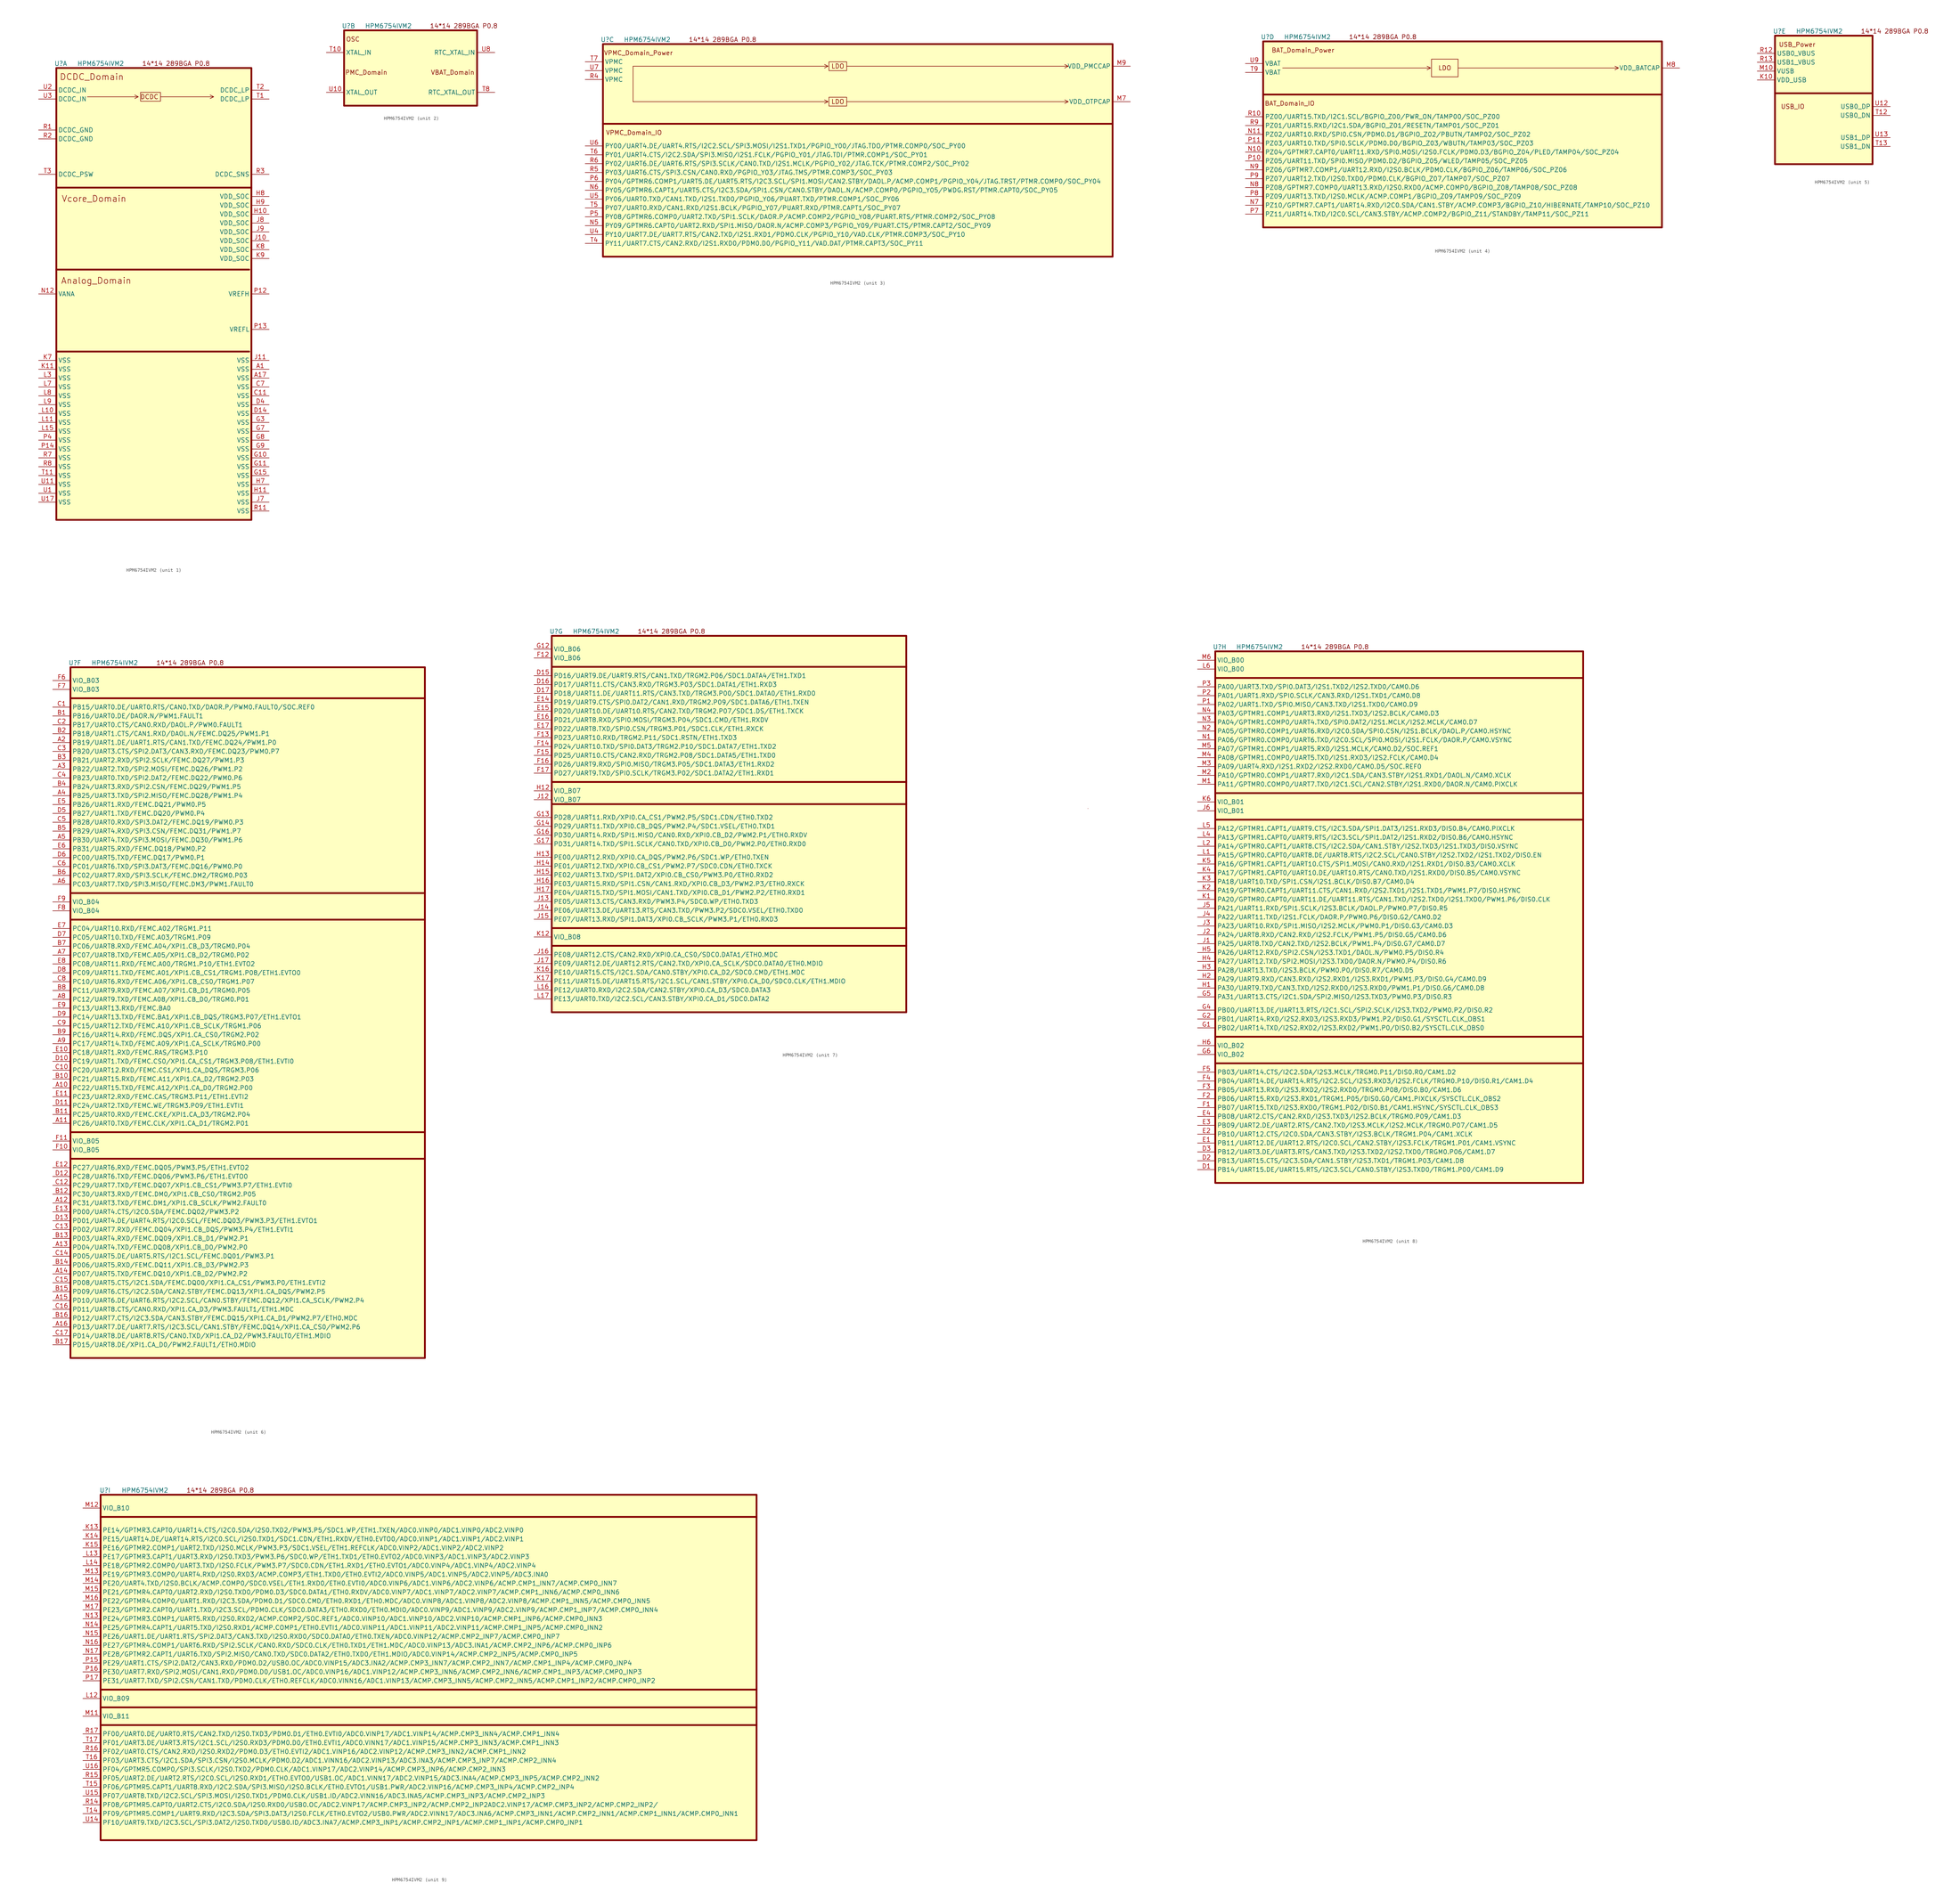
<source format=kicad_sym>
(kicad_symbol_lib
  (version 20220914)
  (generator kicad_symbol_editor)
  (symbol "HPM6754IVM2"
    (property "Reference" "U"
      (at 1.27 1.27 0)
      (effects (font (size 1.27 1.27))))
    (property "Value" "HPM6754IVM2"
      (at 12.7 1.27 0)
      (effects (font (size 1.27 1.27))))
    (property "ki_locked" ""
      (at 0 0 0)
      (effects (font (size 1.27 1.27))))
    (symbol "HPM6754IVM2_0_0"
      (text "14*14 289BGA P0.8" (at 34.29 1.27 0) (effects (font (size 1.27 1.27)))))
    (symbol "HPM6754IVM2_1_0"
      (polyline (pts (xy 8.89 -8.255) (xy 23.495 -8.255) (xy 22.479 -7.747) (xy 23.495 -8.255) (xy 22.479 -8.763)) (stroke (width 0) (type default)) (fill (type none)))
      (polyline (pts (xy 29.845 -8.255) (xy 45.085 -8.255) (xy 44.069 -7.747) (xy 45.085 -8.255) (xy 44.069 -8.763)) (stroke (width 0) (type default)) (fill (type none))))
    (symbol "HPM6754IVM2_1_1"
      (polyline (pts (xy 0 -81.28) (xy 55.245 -81.28)) (stroke (width 0.508) (type default)) (fill (type none)))
      (polyline (pts (xy 0 -57.785) (xy 55.245 -57.785)) (stroke (width 0.508) (type default)) (fill (type none)))
      (polyline (pts (xy 0 -34.29) (xy 55.88 -34.29)) (stroke (width 0.508) (type default)) (fill (type none)))
      (rectangle (start 0 0) (end 55.88 -129.54) (stroke (width 0.508) (type default)) (fill (type background)))
      (rectangle (start 24.13 -6.985) (end 29.845 -9.525) (stroke (width 0) (type default)) (fill (type none)))
      (text "Analog_Domain" (at 11.43 -60.96 0) (effects (font (size 1.778 1.778))))
      (text "DCDC" (at 26.67 -8.255 0) (effects (font (size 1.27 1.27))))
      (text "DCDC_Domain" (at 10.16 -2.54 0) (effects (font (size 1.778 1.778))))
      (text "Vcore_Domain" (at 10.795 -37.465 0) (effects (font (size 1.778 1.778))))
      (pin power_out line (at 60.96 -86.36 180) (length 5.08) (name "VSS" (effects (font (size 1.27 1.27)))) (number "A1" (effects (font (size 1.27 1.27)))))
      (pin power_out line (at 60.96 -88.9 180) (length 5.08) (name "VSS" (effects (font (size 1.27 1.27)))) (number "A17" (effects (font (size 1.27 1.27)))))
      (pin power_out line (at 60.96 -93.98 180) (length 5.08) (name "VSS" (effects (font (size 1.27 1.27)))) (number "C11" (effects (font (size 1.27 1.27)))))
      (pin power_out line (at 60.96 -91.44 180) (length 5.08) (name "VSS" (effects (font (size 1.27 1.27)))) (number "C7" (effects (font (size 1.27 1.27)))))
      (pin power_out line (at 60.96 -99.06 180) (length 5.08) (name "VSS" (effects (font (size 1.27 1.27)))) (number "D14" (effects (font (size 1.27 1.27)))))
      (pin power_out line (at 60.96 -96.52 180) (length 5.08) (name "VSS" (effects (font (size 1.27 1.27)))) (number "D4" (effects (font (size 1.27 1.27)))))
      (pin power_out line (at 60.96 -111.76 180) (length 5.08) (name "VSS" (effects (font (size 1.27 1.27)))) (number "G10" (effects (font (size 1.27 1.27)))))
      (pin power_out line (at 60.96 -114.3 180) (length 5.08) (name "VSS" (effects (font (size 1.27 1.27)))) (number "G11" (effects (font (size 1.27 1.27)))))
      (pin power_out line (at 60.96 -116.84 180) (length 5.08) (name "VSS" (effects (font (size 1.27 1.27)))) (number "G15" (effects (font (size 1.27 1.27)))))
      (pin power_out line (at 60.96 -101.6 180) (length 5.08) (name "VSS" (effects (font (size 1.27 1.27)))) (number "G3" (effects (font (size 1.27 1.27)))))
      (pin power_out line (at 60.96 -104.14 180) (length 5.08) (name "VSS" (effects (font (size 1.27 1.27)))) (number "G7" (effects (font (size 1.27 1.27)))))
      (pin power_out line (at 60.96 -106.68 180) (length 5.08) (name "VSS" (effects (font (size 1.27 1.27)))) (number "G8" (effects (font (size 1.27 1.27)))))
      (pin power_out line (at 60.96 -109.22 180) (length 5.08) (name "VSS" (effects (font (size 1.27 1.27)))) (number "G9" (effects (font (size 1.27 1.27)))))
      (pin power_in line (at 60.96 -41.91 180) (length 5.08) (name "VDD_SOC" (effects (font (size 1.27 1.27)))) (number "H10" (effects (font (size 1.27 1.27)))))
      (pin power_out line (at 60.96 -121.92 180) (length 5.08) (name "VSS" (effects (font (size 1.27 1.27)))) (number "H11" (effects (font (size 1.27 1.27)))))
      (pin power_out line (at 60.96 -119.38 180) (length 5.08) (name "VSS" (effects (font (size 1.27 1.27)))) (number "H7" (effects (font (size 1.27 1.27)))))
      (pin power_in line (at 60.96 -36.83 180) (length 5.08) (name "VDD_SOC" (effects (font (size 1.27 1.27)))) (number "H8" (effects (font (size 1.27 1.27)))))
      (pin power_in line (at 60.96 -39.37 180) (length 5.08) (name "VDD_SOC" (effects (font (size 1.27 1.27)))) (number "H9" (effects (font (size 1.27 1.27)))))
      (pin power_in line (at 60.96 -49.53 180) (length 5.08) (name "VDD_SOC" (effects (font (size 1.27 1.27)))) (number "J10" (effects (font (size 1.27 1.27)))))
      (pin power_out line (at 60.96 -83.82 180) (length 5.08) (name "VSS" (effects (font (size 1.27 1.27)))) (number "J11" (effects (font (size 1.27 1.27)))))
      (pin power_out line (at 60.96 -124.46 180) (length 5.08) (name "VSS" (effects (font (size 1.27 1.27)))) (number "J7" (effects (font (size 1.27 1.27)))))
      (pin power_in line (at 60.96 -44.45 180) (length 5.08) (name "VDD_SOC" (effects (font (size 1.27 1.27)))) (number "J8" (effects (font (size 1.27 1.27)))))
      (pin power_in line (at 60.96 -46.99 180) (length 5.08) (name "VDD_SOC" (effects (font (size 1.27 1.27)))) (number "J9" (effects (font (size 1.27 1.27)))))
      (pin power_out line (at -5.08 -86.36 0) (length 5.08) (name "VSS" (effects (font (size 1.27 1.27)))) (number "K11" (effects (font (size 1.27 1.27)))))
      (pin power_out line (at -5.08 -83.82 0) (length 5.08) (name "VSS" (effects (font (size 1.27 1.27)))) (number "K7" (effects (font (size 1.27 1.27)))))
      (pin power_in line (at 60.96 -52.07 180) (length 5.08) (name "VDD_SOC" (effects (font (size 1.27 1.27)))) (number "K8" (effects (font (size 1.27 1.27)))))
      (pin power_in line (at 60.96 -54.61 180) (length 5.08) (name "VDD_SOC" (effects (font (size 1.27 1.27)))) (number "K9" (effects (font (size 1.27 1.27)))))
      (pin power_out line (at -5.08 -99.06 0) (length 5.08) (name "VSS" (effects (font (size 1.27 1.27)))) (number "L10" (effects (font (size 1.27 1.27)))))
      (pin power_out line (at -5.08 -101.6 0) (length 5.08) (name "VSS" (effects (font (size 1.27 1.27)))) (number "L11" (effects (font (size 1.27 1.27)))))
      (pin power_out line (at -5.08 -104.14 0) (length 5.08) (name "VSS" (effects (font (size 1.27 1.27)))) (number "L15" (effects (font (size 1.27 1.27)))))
      (pin power_out line (at -5.08 -88.9 0) (length 5.08) (name "VSS" (effects (font (size 1.27 1.27)))) (number "L3" (effects (font (size 1.27 1.27)))))
      (pin power_out line (at -5.08 -91.44 0) (length 5.08) (name "VSS" (effects (font (size 1.27 1.27)))) (number "L7" (effects (font (size 1.27 1.27)))))
      (pin power_out line (at -5.08 -93.98 0) (length 5.08) (name "VSS" (effects (font (size 1.27 1.27)))) (number "L8" (effects (font (size 1.27 1.27)))))
      (pin power_out line (at -5.08 -96.52 0) (length 5.08) (name "VSS" (effects (font (size 1.27 1.27)))) (number "L9" (effects (font (size 1.27 1.27)))))
      (pin power_in line (at -5.08 -64.77 0) (length 5.08) (name "VANA" (effects (font (size 1.27 1.27)))) (number "N12" (effects (font (size 1.27 1.27)))))
      (pin power_in line (at 60.96 -64.77 180) (length 5.08) (name "VREFH" (effects (font (size 1.27 1.27)))) (number "P12" (effects (font (size 1.27 1.27)))))
      (pin power_out line (at 60.96 -74.93 180) (length 5.08) (name "VREFL" (effects (font (size 1.27 1.27)))) (number "P13" (effects (font (size 1.27 1.27)))))
      (pin power_out line (at -5.08 -109.22 0) (length 5.08) (name "VSS" (effects (font (size 1.27 1.27)))) (number "P14" (effects (font (size 1.27 1.27)))))
      (pin power_out line (at -5.08 -106.68 0) (length 5.08) (name "VSS" (effects (font (size 1.27 1.27)))) (number "P4" (effects (font (size 1.27 1.27)))))
      (pin power_out line (at -5.08 -17.78 0) (length 5.08) (name "DCDC_GND" (effects (font (size 1.27 1.27)))) (number "R1" (effects (font (size 1.27 1.27)))))
      (pin power_out line (at 60.96 -127 180) (length 5.08) (name "VSS" (effects (font (size 1.27 1.27)))) (number "R11" (effects (font (size 1.27 1.27)))))
      (pin power_out line (at -5.08 -20.32 0) (length 5.08) (name "DCDC_GND" (effects (font (size 1.27 1.27)))) (number "R2" (effects (font (size 1.27 1.27)))))
      (pin power_in line (at 60.96 -30.48 180) (length 5.08) (name "DCDC_SNS" (effects (font (size 1.27 1.27)))) (number "R3" (effects (font (size 1.27 1.27)))))
      (pin power_out line (at -5.08 -111.76 0) (length 5.08) (name "VSS" (effects (font (size 1.27 1.27)))) (number "R7" (effects (font (size 1.27 1.27)))))
      (pin power_out line (at -5.08 -114.3 0) (length 5.08) (name "VSS" (effects (font (size 1.27 1.27)))) (number "R8" (effects (font (size 1.27 1.27)))))
      (pin power_out line (at 60.96 -8.89 180) (length 5.08) (name "DCDC_LP" (effects (font (size 1.27 1.27)))) (number "T1" (effects (font (size 1.27 1.27)))))
      (pin power_out line (at -5.08 -116.84 0) (length 5.08) (name "VSS" (effects (font (size 1.27 1.27)))) (number "T11" (effects (font (size 1.27 1.27)))))
      (pin power_out line (at 60.96 -6.35 180) (length 5.08) (name "DCDC_LP" (effects (font (size 1.27 1.27)))) (number "T2" (effects (font (size 1.27 1.27)))))
      (pin power_in line (at -5.08 -30.48 0) (length 5.08) (name "DCDC_PSW" (effects (font (size 1.27 1.27)))) (number "T3" (effects (font (size 1.27 1.27)))))
      (pin power_out line (at -5.08 -121.92 0) (length 5.08) (name "VSS" (effects (font (size 1.27 1.27)))) (number "U1" (effects (font (size 1.27 1.27)))))
      (pin power_out line (at -5.08 -119.38 0) (length 5.08) (name "VSS" (effects (font (size 1.27 1.27)))) (number "U11" (effects (font (size 1.27 1.27)))))
      (pin power_out line (at -5.08 -124.46 0) (length 5.08) (name "VSS" (effects (font (size 1.27 1.27)))) (number "U17" (effects (font (size 1.27 1.27)))))
      (pin power_in line (at -5.08 -6.35 0) (length 5.08) (name "DCDC_IN" (effects (font (size 1.27 1.27)))) (number "U2" (effects (font (size 1.27 1.27)))))
      (pin power_in line (at -5.08 -8.89 0) (length 5.08) (name "DCDC_IN" (effects (font (size 1.27 1.27)))) (number "U3" (effects (font (size 1.27 1.27))))))
    (symbol "HPM6754IVM2_2_1"
      (rectangle (start 0 0) (end 38.1 -21.59) (stroke (width 0.508) (type default)) (fill (type background)))
      (text "OSC" (at 2.54 -2.54 0) (effects (font (size 1.27 1.27))))
      (text "PMC_Domain" (at 6.35 -12.065 0) (effects (font (size 1.27 1.27))))
      (text "VBAT_Domain" (at 31.115 -12.065 0) (effects (font (size 1.27 1.27))))
      (pin input line (at -5.08 -6.35 0) (length 5.08) (name "XTAL_IN" (effects (font (size 1.27 1.27)))) (number "T10" (effects (font (size 1.27 1.27)))))
      (pin output line (at 43.18 -17.78 180) (length 5.08) (name "RTC_XTAL_OUT" (effects (font (size 1.27 1.27)))) (number "T8" (effects (font (size 1.27 1.27)))))
      (pin output line (at -5.08 -17.78 0) (length 5.08) (name "XTAL_OUT" (effects (font (size 1.27 1.27)))) (number "U10" (effects (font (size 1.27 1.27)))))
      (pin input line (at 43.18 -6.35 180) (length 5.08) (name "RTC_XTAL_IN" (effects (font (size 1.27 1.27)))) (number "U8" (effects (font (size 1.27 1.27))))))
    (symbol "HPM6754IVM2_3_0"
      (polyline (pts (xy 8.636 -6.35) (xy 8.636 -16.51) (xy 8.89 -16.51)) (stroke (width 0) (type default)) (fill (type none)))
      (polyline (pts (xy 8.636 -16.51) (xy 64.516 -16.51) (xy 63.5 -16.002) (xy 64.516 -16.51) (xy 63.5 -17.018)) (stroke (width 0) (type default)) (fill (type none)))
      (polyline (pts (xy 8.636 -6.35) (xy 64.516 -6.35) (xy 63.5 -5.842) (xy 64.516 -6.35) (xy 63.5 -6.858)) (stroke (width 0) (type default)) (fill (type none)))
      (polyline (pts (xy 69.85 -16.51) (xy 133.35 -16.51) (xy 132.334 -16.002) (xy 133.35 -16.51) (xy 132.334 -17.018)) (stroke (width 0) (type default)) (fill (type none)))
      (polyline (pts (xy 69.85 -6.35) (xy 133.35 -6.35) (xy 132.334 -5.842) (xy 133.35 -6.35) (xy 132.334 -6.858)) (stroke (width 0) (type default)) (fill (type none))))
    (symbol "HPM6754IVM2_3_1"
      (polyline (pts (xy 0 -22.86) (xy 146.05 -22.86)) (stroke (width 0.508) (type default)) (fill (type none)))
      (rectangle (start 0 0) (end 146.05 -60.96) (stroke (width 0.508) (type default)) (fill (type background)))
      (rectangle (start 64.77 -15.24) (end 69.85 -17.78) (stroke (width 0) (type default)) (fill (type none)))
      (rectangle (start 64.77 -5.08) (end 69.85 -7.62) (stroke (width 0) (type default)) (fill (type none)))
      (text "LDO" (at 67.31 -16.51 0) (effects (font (size 1.27 1.27))))
      (text "LDO" (at 67.31 -6.35 0) (effects (font (size 1.27 1.27))))
      (text "VPMC_Domain_IO" (at 8.89 -25.4 0) (effects (font (size 1.27 1.27))))
      (text "VPMC_Domain_Power" (at 10.16 -2.54 0) (effects (font (size 1.27 1.27))))
      (pin power_out line (at 151.13 -16.51 180) (length 5.08) (name "VDD_OTPCAP" (effects (font (size 1.27 1.27)))) (number "M7" (effects (font (size 1.27 1.27)))))
      (pin power_out line (at 151.13 -6.35 180) (length 5.08) (name "VDD_PMCCAP" (effects (font (size 1.27 1.27)))) (number "M9" (effects (font (size 1.27 1.27)))))
      (pin bidirectional line (at -5.08 -52.07 0) (length 5.08) (name "PY09/GPTMR6.CAPT0/UART2.RXD/SPI1.MISO/DAOR.N/ACMP.COMP3/PGPIO_Y09/PUART.CTS/PTMR.CAPT2/SOC_PY09" (effects (font (size 1.27 1.27)))) (number "N5" (effects (font (size 1.27 1.27)))))
      (pin bidirectional line (at -5.08 -41.91 0) (length 5.08) (name "PY05/GPTMR6.CAPT1/UART5.CTS/I2C3.SDA/SPI1.CSN/CAN0.STBY/DAOL.N/ACMP.COMP0/PGPIO_Y05/PWDG.RST/PTMR.CAPT0/SOC_PY05" (effects (font (size 1.27 1.27)))) (number "N6" (effects (font (size 1.27 1.27)))))
      (pin bidirectional line (at -5.08 -49.53 0) (length 5.08) (name "PY08/GPTMR6.COMP0/UART2.TXD/SPI1.SCLK/DAOR.P/ACMP.COMP2/PGPIO_Y08/PUART.RTS/PTMR.COMP2/SOC_PY08" (effects (font (size 1.27 1.27)))) (number "P5" (effects (font (size 1.27 1.27)))))
      (pin bidirectional line (at -5.08 -39.37 0) (length 5.08) (name "PY04/GPTMR6.COMP1/UART5.DE/UART5.RTS/I2C3.SCL/SPI1.MOSI/CAN2.STBY/DAOL.P/ACMP.COMP1/PGPIO_Y04/JTAG.TRST/PTMR.COMP0/SOC_PY04" (effects (font (size 1.27 1.27)))) (number "P6" (effects (font (size 1.27 1.27)))))
      (pin power_in line (at -5.08 -10.16 0) (length 5.08) (name "VPMC" (effects (font (size 1.27 1.27)))) (number "R4" (effects (font (size 1.27 1.27)))))
      (pin bidirectional line (at -5.08 -36.83 0) (length 5.08) (name "PY03/UART6.CTS/SPI3.CSN/CAN0.RXD/PGPIO_Y03/JTAG.TMS/PTMR.COMP3/SOC_PY03" (effects (font (size 1.27 1.27)))) (number "R5" (effects (font (size 1.27 1.27)))))
      (pin bidirectional line (at -5.08 -34.29 0) (length 5.08) (name "PY02/UART6.DE/UART6.RTS/SPI3.SCLK/CAN0.TXD/I2S1.MCLK/PGPIO_Y02/JTAG.TCK/PTMR.COMP2/SOC_PY02" (effects (font (size 1.27 1.27)))) (number "R6" (effects (font (size 1.27 1.27)))))
      (pin bidirectional line (at -5.08 -57.15 0) (length 5.08) (name "PY11/UART7.CTS/CAN2.RXD/I2S1.RXD0/PDM0.D0/PGPIO_Y11/VAD.DAT/PTMR.CAPT3/SOC_PY11" (effects (font (size 1.27 1.27)))) (number "T4" (effects (font (size 1.27 1.27)))))
      (pin bidirectional line (at -5.08 -46.99 0) (length 5.08) (name "PY07/UART0.RXD/CAN1.RXD/I2S1.BCLK/PGPIO_Y07/PUART.RXD/PTMR.CAPT1/SOC_PY07" (effects (font (size 1.27 1.27)))) (number "T5" (effects (font (size 1.27 1.27)))))
      (pin bidirectional line (at -5.08 -31.75 0) (length 5.08) (name "PY01/UART4.CTS/I2C2.SDA/SPI3.MISO/I2S1.FCLK/PGPIO_Y01/JTAG.TDI/PTMR.COMP1/SOC_PY01" (effects (font (size 1.27 1.27)))) (number "T6" (effects (font (size 1.27 1.27)))))
      (pin power_in line (at -5.08 -5.08 0) (length 5.08) (name "VPMC" (effects (font (size 1.27 1.27)))) (number "T7" (effects (font (size 1.27 1.27)))))
      (pin bidirectional line (at -5.08 -54.61 0) (length 5.08) (name "PY10/UART7.DE/UART7.RTS/CAN2.TXD/I2S1.RXD1/PDM0.CLK/PGPIO_Y10/VAD.CLK/PTMR.COMP3/SOC_PY10" (effects (font (size 1.27 1.27)))) (number "U4" (effects (font (size 1.27 1.27)))))
      (pin bidirectional line (at -5.08 -44.45 0) (length 5.08) (name "PY06/UART0.TXD/CAN1.TXD/I2S1.TXD0/PGPIO_Y06/PUART.TXD/PTMR.COMP1/SOC_PY06" (effects (font (size 1.27 1.27)))) (number "U5" (effects (font (size 1.27 1.27)))))
      (pin bidirectional line (at -5.08 -29.21 0) (length 5.08) (name "PY00/UART4.DE/UART4.RTS/I2C2.SCL/SPI3.MOSI/I2S1.TXD1/PGPIO_Y00/JTAG.TDO/PTMR.COMP0/SOC_PY00" (effects (font (size 1.27 1.27)))) (number "U6" (effects (font (size 1.27 1.27)))))
      (pin power_in line (at -5.08 -7.62 0) (length 5.08) (name "VPMC" (effects (font (size 1.27 1.27)))) (number "U7" (effects (font (size 1.27 1.27))))))
    (symbol "HPM6754IVM2_4_0"
      (polyline (pts (xy 0 -15.24) (xy 114.3 -15.24)) (stroke (width 0.508) (type default)) (fill (type none)))
      (polyline (pts (xy 5.588 -7.62) (xy 48.006 -7.62) (xy 46.99 -7.112) (xy 48.006 -7.62) (xy 46.99 -8.128)) (stroke (width 0) (type default)) (fill (type none)))
      (polyline (pts (xy 55.88 -7.62) (xy 101.854 -7.62) (xy 100.838 -7.112) (xy 101.854 -7.62) (xy 100.838 -8.128)) (stroke (width 0) (type default)) (fill (type none)))
      (rectangle (start 48.26 -5.08) (end 55.88 -10.16) (stroke (width 0) (type default)) (fill (type none))))
    (symbol "HPM6754IVM2_4_1"
      (rectangle (start 0 0) (end 114.3 -53.34) (stroke (width 0.508) (type default)) (fill (type background)))
      (text "BAT_Domain_IO" (at 7.62 -17.78 0) (effects (font (size 1.27 1.27))))
      (text "BAT_Domain_Power" (at 11.43 -2.54 0) (effects (font (size 1.27 1.27))))
      (text "LDO" (at 52.07 -7.62 0) (effects (font (size 1.27 1.27))))
      (pin power_out line (at 119.38 -7.62 180) (length 5.08) (name "VDD_BATCAP" (effects (font (size 1.27 1.27)))) (number "M8" (effects (font (size 1.27 1.27)))))
      (pin bidirectional line (at -5.08 -31.75 0) (length 5.08) (name "PZ04/GPTMR7.CAPT0/UART11.RXD/SPI0.MOSI/I2S0.FCLK/PDM0.D3/BGPIO_Z04/PLED/TAMP04/SOC_PZ04" (effects (font (size 1.27 1.27)))) (number "N10" (effects (font (size 1.27 1.27)))))
      (pin bidirectional line (at -5.08 -26.67 0) (length 5.08) (name "PZ02/UART10.RXD/SPI0.CSN/PDM0.D1/BGPIO_Z02/PBUTN/TAMP02/SOC_PZ02" (effects (font (size 1.27 1.27)))) (number "N11" (effects (font (size 1.27 1.27)))))
      (pin bidirectional line (at -5.08 -46.99 0) (length 5.08) (name "PZ10/GPTMR7.CAPT1/UART14.RXD/I2C0.SDA/CAN1.STBY/ACMP.COMP3/BGPIO_Z10/HIBERNATE/TAMP10/SOC_PZ10" (effects (font (size 1.27 1.27)))) (number "N7" (effects (font (size 1.27 1.27)))))
      (pin bidirectional line (at -5.08 -41.91 0) (length 5.08) (name "PZ08/GPTMR7.COMP0/UART13.RXD/I2S0.RXD0/ACMP.COMP0/BGPIO_Z08/TAMP08/SOC_PZ08" (effects (font (size 1.27 1.27)))) (number "N8" (effects (font (size 1.27 1.27)))))
      (pin bidirectional line (at -5.08 -36.83 0) (length 5.08) (name "PZ06/GPTMR7.COMP1/UART12.RXD/I2S0.BCLK/PDM0.CLK/BGPIO_Z06/TAMP06/SOC_PZ06" (effects (font (size 1.27 1.27)))) (number "N9" (effects (font (size 1.27 1.27)))))
      (pin bidirectional line (at -5.08 -34.29 0) (length 5.08) (name "PZ05/UART11.TXD/SPI0.MISO/PDM0.D2/BGPIO_Z05/WLED/TAMP05/SOC_PZ05" (effects (font (size 1.27 1.27)))) (number "P10" (effects (font (size 1.27 1.27)))))
      (pin bidirectional line (at -5.08 -29.21 0) (length 5.08) (name "PZ03/UART10.TXD/SPI0.SCLK/PDM0.D0/BGPIO_Z03/WBUTN/TAMP03/SOC_PZ03" (effects (font (size 1.27 1.27)))) (number "P11" (effects (font (size 1.27 1.27)))))
      (pin bidirectional line (at -5.08 -49.53 0) (length 5.08) (name "PZ11/UART14.TXD/I2C0.SCL/CAN3.STBY/ACMP.COMP2/BGPIO_Z11/STANDBY/TAMP11/SOC_PZ11" (effects (font (size 1.27 1.27)))) (number "P7" (effects (font (size 1.27 1.27)))))
      (pin bidirectional line (at -5.08 -44.45 0) (length 5.08) (name "PZ09/UART13.TXD/I2S0.MCLK/ACMP.COMP1/BGPIO_Z09/TAMP09/SOC_PZ09" (effects (font (size 1.27 1.27)))) (number "P8" (effects (font (size 1.27 1.27)))))
      (pin bidirectional line (at -5.08 -39.37 0) (length 5.08) (name "PZ07/UART12.TXD/I2S0.TXD0/PDM0.CLK/BGPIO_Z07/TAMP07/SOC_PZ07" (effects (font (size 1.27 1.27)))) (number "P9" (effects (font (size 1.27 1.27)))))
      (pin bidirectional line (at -5.08 -21.59 0) (length 5.08) (name "PZ00/UART15.TXD/I2C1.SCL/BGPIO_Z00/PWR_ON/TAMP00/SOC_PZ00" (effects (font (size 1.27 1.27)))) (number "R10" (effects (font (size 1.27 1.27)))))
      (pin bidirectional line (at -5.08 -24.13 0) (length 5.08) (name "PZ01/UART15.RXD/I2C1.SDA/BGPIO_Z01/RESETN/TAMP01/SOC_PZ01" (effects (font (size 1.27 1.27)))) (number "R9" (effects (font (size 1.27 1.27)))))
      (pin power_in line (at -5.08 -8.89 0) (length 5.08) (name "VBAT" (effects (font (size 1.27 1.27)))) (number "T9" (effects (font (size 1.27 1.27)))))
      (pin power_in line (at -5.08 -6.35 0) (length 5.08) (name "VBAT" (effects (font (size 1.27 1.27)))) (number "U9" (effects (font (size 1.27 1.27))))))
    (symbol "HPM6754IVM2_5_1"
      (polyline (pts (xy 0 -16.51) (xy 27.94 -16.51)) (stroke (width 0.508) (type default)) (fill (type none)))
      (polyline (pts (xy 25.4 -16.51) (xy 26.67 -16.51)) (stroke (width 0) (type default)) (fill (type none)))
      (rectangle (start 0 0) (end 27.94 -36.83) (stroke (width 0.508) (type default)) (fill (type background)))
      (text "USB_IO" (at 5.08 -20.32 0) (effects (font (size 1.27 1.27))))
      (text "USB_Power" (at 6.35 -2.54 0) (effects (font (size 1.27 1.27))))
      (pin power_out line (at -5.08 -12.7 0) (length 5.08) (name "VDD_USB" (effects (font (size 1.27 1.27)))) (number "K10" (effects (font (size 1.27 1.27)))))
      (pin power_in line (at -5.08 -10.16 0) (length 5.08) (name "VUSB" (effects (font (size 1.27 1.27)))) (number "M10" (effects (font (size 1.27 1.27)))))
      (pin power_in line (at -5.08 -5.08 0) (length 5.08) (name "USB0_VBUS" (effects (font (size 1.27 1.27)))) (number "R12" (effects (font (size 1.27 1.27)))))
      (pin power_in line (at -5.08 -7.62 0) (length 5.08) (name "USB1_VBUS" (effects (font (size 1.27 1.27)))) (number "R13" (effects (font (size 1.27 1.27)))))
      (pin bidirectional line (at 33.02 -22.86 180) (length 5.08) (name "USB0_DN" (effects (font (size 1.27 1.27)))) (number "T12" (effects (font (size 1.27 1.27)))))
      (pin bidirectional line (at 33.02 -31.75 180) (length 5.08) (name "USB1_DN" (effects (font (size 1.27 1.27)))) (number "T13" (effects (font (size 1.27 1.27)))))
      (pin bidirectional line (at 33.02 -20.32 180) (length 5.08) (name "USB0_DP" (effects (font (size 1.27 1.27)))) (number "U12" (effects (font (size 1.27 1.27)))))
      (pin bidirectional line (at 33.02 -29.21 180) (length 5.08) (name "USB1_DP" (effects (font (size 1.27 1.27)))) (number "U13" (effects (font (size 1.27 1.27))))))
    (symbol "HPM6754IVM2_6_1"
      (polyline (pts (xy 0 -140.97) (xy 101.6 -140.97)) (stroke (width 0.508) (type default)) (fill (type background)))
      (polyline (pts (xy 0 -133.35) (xy 101.6 -133.35)) (stroke (width 0.508) (type default)) (fill (type background)))
      (polyline (pts (xy 0 -72.39) (xy 101.6 -72.39)) (stroke (width 0.508) (type default)) (fill (type background)))
      (polyline (pts (xy 0 -64.77) (xy 101.6 -64.77)) (stroke (width 0.508) (type default)) (fill (type background)))
      (polyline (pts (xy 0 -8.89) (xy 101.6 -8.89)) (stroke (width 0.508) (type default)) (fill (type background)))
      (rectangle (start 0 0) (end 101.6 -198.12) (stroke (width 0.508) (type default)) (fill (type background)))
      (pin bidirectional line (at -5.08 -120.65 0) (length 5.08) (name "PC22/UART15.TXD/FEMC.A12/XPI1.CA_D0/TRGM2.P00" (effects (font (size 1.27 1.27)))) (number "A10" (effects (font (size 1.27 1.27)))))
      (pin bidirectional line (at -5.08 -130.81 0) (length 5.08) (name "PC26/UART0.TXD/FEMC.CLK/XPI1.CA_D1/TRGM2.P01" (effects (font (size 1.27 1.27)))) (number "A11" (effects (font (size 1.27 1.27)))))
      (pin bidirectional line (at -5.08 -153.67 0) (length 5.08) (name "PC31/UART3.TXD/FEMC.DM1/XPI1.CB_SCLK/PWM2.FAULT0" (effects (font (size 1.27 1.27)))) (number "A12" (effects (font (size 1.27 1.27)))))
      (pin bidirectional line (at -5.08 -166.37 0) (length 5.08) (name "PD04/UART4.TXD/FEMC.DQ08/XPI1.CB_D0/PWM2.P0" (effects (font (size 1.27 1.27)))) (number "A13" (effects (font (size 1.27 1.27)))))
      (pin bidirectional line (at -5.08 -173.99 0) (length 5.08) (name "PD07/UART5.TXD/FEMC.DQ10/XPI1.CB_D2/PWM2.P2" (effects (font (size 1.27 1.27)))) (number "A14" (effects (font (size 1.27 1.27)))))
      (pin bidirectional line (at -5.08 -181.61 0) (length 5.08) (name "PD10/UART6.DE/UART6.RTS/I2C2.SCL/CAN0.STBY/FEMC.DQ12/XPI1.CA_SCLK/PWM2.P4" (effects (font (size 1.27 1.27)))) (number "A15" (effects (font (size 1.27 1.27)))))
      (pin bidirectional line (at -5.08 -189.23 0) (length 5.08) (name "PD13/UART7.DE/UART7.RTS/I2C3.SCL/CAN1.STBY/FEMC.DQ14/XPI1.CA_CS0/PWM2.P6" (effects (font (size 1.27 1.27)))) (number "A16" (effects (font (size 1.27 1.27)))))
      (pin bidirectional line (at -5.08 -21.59 0) (length 5.08) (name "PB19/UART1.DE/UART1.RTS/CAN1.TXD/FEMC.DQ24/PWM1.P0" (effects (font (size 1.27 1.27)))) (number "A2" (effects (font (size 1.27 1.27)))))
      (pin bidirectional line (at -5.08 -29.21 0) (length 5.08) (name "PB22/UART2.TXD/SPI2.MOSI/FEMC.DQ26/PWM1.P2" (effects (font (size 1.27 1.27)))) (number "A3" (effects (font (size 1.27 1.27)))))
      (pin bidirectional line (at -5.08 -36.83 0) (length 5.08) (name "PB25/UART3.TXD/SPI2.MISO/FEMC.DQ28/PWM1.P4" (effects (font (size 1.27 1.27)))) (number "A4" (effects (font (size 1.27 1.27)))))
      (pin bidirectional line (at -5.08 -49.53 0) (length 5.08) (name "PB30/UART4.TXD/SPI3.MOSI/FEMC.DQ30/PWM1.P6" (effects (font (size 1.27 1.27)))) (number "A5" (effects (font (size 1.27 1.27)))))
      (pin bidirectional line (at -5.08 -62.23 0) (length 5.08) (name "PC03/UART7.TXD/SPI3.MISO/FEMC.DM3/PWM1.FAULT0" (effects (font (size 1.27 1.27)))) (number "A6" (effects (font (size 1.27 1.27)))))
      (pin bidirectional line (at -5.08 -82.55 0) (length 5.08) (name "PC07/UART8.TXD/FEMC.A05/XPI1.CB_D2/TRGM0.P02" (effects (font (size 1.27 1.27)))) (number "A7" (effects (font (size 1.27 1.27)))))
      (pin bidirectional line (at -5.08 -95.25 0) (length 5.08) (name "PC12/UART9.TXD/FEMC.A08/XPI1.CB_D0/TRGM0.P01" (effects (font (size 1.27 1.27)))) (number "A8" (effects (font (size 1.27 1.27)))))
      (pin bidirectional line (at -5.08 -107.95 0) (length 5.08) (name "PC17/UART14.TXD/FEMC.A09/XPI1.CA_SCLK/TRGM0.P00" (effects (font (size 1.27 1.27)))) (number "A9" (effects (font (size 1.27 1.27)))))
      (pin bidirectional line (at -5.08 -13.97 0) (length 5.08) (name "PB16/UART0.DE/DAOR.N/PWM1.FAULT1" (effects (font (size 1.27 1.27)))) (number "B1" (effects (font (size 1.27 1.27)))))
      (pin bidirectional line (at -5.08 -118.11 0) (length 5.08) (name "PC21/UART15.RXD/FEMC.A11/XPI1.CA_D2/TRGM2.P03" (effects (font (size 1.27 1.27)))) (number "B10" (effects (font (size 1.27 1.27)))))
      (pin bidirectional line (at -5.08 -128.27 0) (length 5.08) (name "PC25/UART0.RXD/FEMC.CKE/XPI1.CA_D3/TRGM2.P04" (effects (font (size 1.27 1.27)))) (number "B11" (effects (font (size 1.27 1.27)))))
      (pin bidirectional line (at -5.08 -151.13 0) (length 5.08) (name "PC30/UART3.RXD/FEMC.DM0/XPI1.CB_CS0/TRGM2.P05" (effects (font (size 1.27 1.27)))) (number "B12" (effects (font (size 1.27 1.27)))))
      (pin bidirectional line (at -5.08 -163.83 0) (length 5.08) (name "PD03/UART4.RXD/FEMC.DQ09/XPI1.CB_D1/PWM2.P1" (effects (font (size 1.27 1.27)))) (number "B13" (effects (font (size 1.27 1.27)))))
      (pin bidirectional line (at -5.08 -171.45 0) (length 5.08) (name "PD06/UART5.RXD/FEMC.DQ11/XPI1.CB_D3/PWM2.P3" (effects (font (size 1.27 1.27)))) (number "B14" (effects (font (size 1.27 1.27)))))
      (pin bidirectional line (at -5.08 -179.07 0) (length 5.08) (name "PD09/UART6.CTS/I2C2.SDA/CAN2.STBY/FEMC.DQ13/XPI1.CA_DQS/PWM2.P5" (effects (font (size 1.27 1.27)))) (number "B15" (effects (font (size 1.27 1.27)))))
      (pin bidirectional line (at -5.08 -186.69 0) (length 5.08) (name "PD12/UART7.CTS/I2C3.SDA/CAN3.STBY/FEMC.DQ15/XPI1.CA_D1/PWM2.P7/ETH0.MDC" (effects (font (size 1.27 1.27)))) (number "B16" (effects (font (size 1.27 1.27)))))
      (pin bidirectional line (at -5.08 -194.31 0) (length 5.08) (name "PD15/UART8.DE/XPI1.CA_D0/PWM2.FAULT1/ETH0.MDIO" (effects (font (size 1.27 1.27)))) (number "B17" (effects (font (size 1.27 1.27)))))
      (pin bidirectional line (at -5.08 -19.05 0) (length 5.08) (name "PB18/UART1.CTS/CAN1.RXD/DAOL.N/FEMC.DQ25/PWM1.P1" (effects (font (size 1.27 1.27)))) (number "B2" (effects (font (size 1.27 1.27)))))
      (pin bidirectional line (at -5.08 -26.67 0) (length 5.08) (name "PB21/UART2.RXD/SPI2.SCLK/FEMC.DQ27/PWM1.P3" (effects (font (size 1.27 1.27)))) (number "B3" (effects (font (size 1.27 1.27)))))
      (pin bidirectional line (at -5.08 -34.29 0) (length 5.08) (name "PB24/UART3.RXD/SPI2.CSN/FEMC.DQ29/PWM1.P5" (effects (font (size 1.27 1.27)))) (number "B4" (effects (font (size 1.27 1.27)))))
      (pin bidirectional line (at -5.08 -46.99 0) (length 5.08) (name "PB29/UART4.RXD/SPI3.CSN/FEMC.DQ31/PWM1.P7" (effects (font (size 1.27 1.27)))) (number "B5" (effects (font (size 1.27 1.27)))))
      (pin bidirectional line (at -5.08 -59.69 0) (length 5.08) (name "PC02/UART7.RXD/SPI3.SCLK/FEMC.DM2/TRGM0.P03" (effects (font (size 1.27 1.27)))) (number "B6" (effects (font (size 1.27 1.27)))))
      (pin bidirectional line (at -5.08 -80.01 0) (length 5.08) (name "PC06/UART8.RXD/FEMC.A04/XPI1.CB_D3/TRGM0.P04" (effects (font (size 1.27 1.27)))) (number "B7" (effects (font (size 1.27 1.27)))))
      (pin bidirectional line (at -5.08 -92.71 0) (length 5.08) (name "PC11/UART9.RXD/FEMC.A07/XPI1.CB_D1/TRGM0.P05" (effects (font (size 1.27 1.27)))) (number "B8" (effects (font (size 1.27 1.27)))))
      (pin bidirectional line (at -5.08 -105.41 0) (length 5.08) (name "PC16/UART14.RXD/FEMC.DQS/XPI1.CA_CS0/TRGM2.P02" (effects (font (size 1.27 1.27)))) (number "B9" (effects (font (size 1.27 1.27)))))
      (pin bidirectional line (at -5.08 -11.43 0) (length 5.08) (name "PB15/UART0.DE/UART0.RTS/CAN0.TXD/DAOR.P/PWM0.FAULT0/SOC.REF0" (effects (font (size 1.27 1.27)))) (number "C1" (effects (font (size 1.27 1.27)))))
      (pin bidirectional line (at -5.08 -115.57 0) (length 5.08) (name "PC20/UART12.RXD/FEMC.CS1/XPI1.CA_DQS/TRGM3.P06" (effects (font (size 1.27 1.27)))) (number "C10" (effects (font (size 1.27 1.27)))))
      (pin bidirectional line (at -5.08 -148.59 0) (length 5.08) (name "PC29/UART7.TXD/FEMC.DQ07/XPI1.CB_CS1/PWM3.P7/ETH1.EVTI0" (effects (font (size 1.27 1.27)))) (number "C12" (effects (font (size 1.27 1.27)))))
      (pin bidirectional line (at -5.08 -161.29 0) (length 5.08) (name "PD02/UART7.RXD/FEMC.DQ04/XPI1.CB_DQS/PWM3.P4/ETH1.EVTI1" (effects (font (size 1.27 1.27)))) (number "C13" (effects (font (size 1.27 1.27)))))
      (pin bidirectional line (at -5.08 -168.91 0) (length 5.08) (name "PD05/UART5.DE/UART5.RTS/I2C1.SCL/FEMC.DQ01/PWM3.P1" (effects (font (size 1.27 1.27)))) (number "C14" (effects (font (size 1.27 1.27)))))
      (pin bidirectional line (at -5.08 -176.53 0) (length 5.08) (name "PD08/UART5.CTS/I2C1.SDA/FEMC.DQ00/XPI1.CA_CS1/PWM3.P0/ETH1.EVTI2" (effects (font (size 1.27 1.27)))) (number "C15" (effects (font (size 1.27 1.27)))))
      (pin bidirectional line (at -5.08 -184.15 0) (length 5.08) (name "PD11/UART8.CTS/CAN0.RXD/XPI1.CA_D3/PWM3.FAULT1/ETH1.MDC" (effects (font (size 1.27 1.27)))) (number "C16" (effects (font (size 1.27 1.27)))))
      (pin bidirectional line (at -5.08 -191.77 0) (length 5.08) (name "PD14/UART8.DE/UART8.RTS/CAN0.TXD/XPI1.CA_D2/PWM3.FAULT0/ETH1.MDIO" (effects (font (size 1.27 1.27)))) (number "C17" (effects (font (size 1.27 1.27)))))
      (pin bidirectional line (at -5.08 -16.51 0) (length 5.08) (name "PB17/UART0.CTS/CAN0.RXD/DAOL.P/PWM0.FAULT1" (effects (font (size 1.27 1.27)))) (number "C2" (effects (font (size 1.27 1.27)))))
      (pin bidirectional line (at -5.08 -24.13 0) (length 5.08) (name "PB20/UART3.CTS/SPI2.DAT3/CAN3.RXD/FEMC.DQ23/PWM0.P7" (effects (font (size 1.27 1.27)))) (number "C3" (effects (font (size 1.27 1.27)))))
      (pin bidirectional line (at -5.08 -31.75 0) (length 5.08) (name "PB23/UART0.TXD/SPI2.DAT2/FEMC.DQ22/PWM0.P6" (effects (font (size 1.27 1.27)))) (number "C4" (effects (font (size 1.27 1.27)))))
      (pin bidirectional line (at -5.08 -44.45 0) (length 5.08) (name "PB28/UART0.RXD/SPI3.DAT2/FEMC.DQ19/PWM0.P3" (effects (font (size 1.27 1.27)))) (number "C5" (effects (font (size 1.27 1.27)))))
      (pin bidirectional line (at -5.08 -57.15 0) (length 5.08) (name "PC01/UART6.TXD/SPI3.DAT3/FEMC.DQ16/PWM0.P0" (effects (font (size 1.27 1.27)))) (number "C6" (effects (font (size 1.27 1.27)))))
      (pin bidirectional line (at -5.08 -90.17 0) (length 5.08) (name "PC10/UART6.RXD/FEMC.A06/XPI1.CB_CS0/TRGM1.P07" (effects (font (size 1.27 1.27)))) (number "C8" (effects (font (size 1.27 1.27)))))
      (pin bidirectional line (at -5.08 -102.87 0) (length 5.08) (name "PC15/UART12.TXD/FEMC.A10/XPI1.CB_SCLK/TRGM1.P06" (effects (font (size 1.27 1.27)))) (number "C9" (effects (font (size 1.27 1.27)))))
      (pin bidirectional line (at -5.08 -113.03 0) (length 5.08) (name "PC19/UART1.TXD/FEMC.CS0/XPI1.CA_CS1/TRGM3.P08/ETH1.EVTI0" (effects (font (size 1.27 1.27)))) (number "D10" (effects (font (size 1.27 1.27)))))
      (pin bidirectional line (at -5.08 -125.73 0) (length 5.08) (name "PC24/UART2.TXD/FEMC.WE/TRGM3.P09/ETH1.EVTI1" (effects (font (size 1.27 1.27)))) (number "D11" (effects (font (size 1.27 1.27)))))
      (pin bidirectional line (at -5.08 -146.05 0) (length 5.08) (name "PC28/UART6.TXD/FEMC.DQ06/PWM3.P6/ETH1.EVTO0" (effects (font (size 1.27 1.27)))) (number "D12" (effects (font (size 1.27 1.27)))))
      (pin bidirectional line (at -5.08 -158.75 0) (length 5.08) (name "PD01/UART4.DE/UART4.RTS/I2C0.SCL/FEMC.DQ03/PWM3.P3/ETH1.EVTO1" (effects (font (size 1.27 1.27)))) (number "D13" (effects (font (size 1.27 1.27)))))
      (pin bidirectional line (at -5.08 -41.91 0) (length 5.08) (name "PB27/UART1.TXD/FEMC.DQ20/PWM0.P4" (effects (font (size 1.27 1.27)))) (number "D5" (effects (font (size 1.27 1.27)))))
      (pin bidirectional line (at -5.08 -54.61 0) (length 5.08) (name "PC00/UART5.TXD/FEMC.DQ17/PWM0.P1" (effects (font (size 1.27 1.27)))) (number "D6" (effects (font (size 1.27 1.27)))))
      (pin bidirectional line (at -5.08 -77.47 0) (length 5.08) (name "PC05/UART10.TXD/FEMC.A03/TRGM1.P09" (effects (font (size 1.27 1.27)))) (number "D7" (effects (font (size 1.27 1.27)))))
      (pin bidirectional line (at -5.08 -87.63 0) (length 5.08) (name "PC09/UART11.TXD/FEMC.A01/XPI1.CB_CS1/TRGM1.P08/ETH1.EVTO0" (effects (font (size 1.27 1.27)))) (number "D8" (effects (font (size 1.27 1.27)))))
      (pin bidirectional line (at -5.08 -100.33 0) (length 5.08) (name "PC14/UART13.TXD/FEMC.BA1/XPI1.CB_DQS/TRGM3.P07/ETH1.EVTO1" (effects (font (size 1.27 1.27)))) (number "D9" (effects (font (size 1.27 1.27)))))
      (pin bidirectional line (at -5.08 -110.49 0) (length 5.08) (name "PC18/UART1.RXD/FEMC.RAS/TRGM3.P10" (effects (font (size 1.27 1.27)))) (number "E10" (effects (font (size 1.27 1.27)))))
      (pin bidirectional line (at -5.08 -123.19 0) (length 5.08) (name "PC23/UART2.RXD/FEMC.CAS/TRGM3.P11/ETH1.EVTI2" (effects (font (size 1.27 1.27)))) (number "E11" (effects (font (size 1.27 1.27)))))
      (pin bidirectional line (at -5.08 -143.51 0) (length 5.08) (name "PC27/UART6.RXD/FEMC.DQ05/PWM3.P5/ETH1.EVTO2" (effects (font (size 1.27 1.27)))) (number "E12" (effects (font (size 1.27 1.27)))))
      (pin bidirectional line (at -5.08 -156.21 0) (length 5.08) (name "PD00/UART4.CTS/I2C0.SDA/FEMC.DQ02/PWM3.P2" (effects (font (size 1.27 1.27)))) (number "E13" (effects (font (size 1.27 1.27)))))
      (pin bidirectional line (at -5.08 -39.37 0) (length 5.08) (name "PB26/UART1.RXD/FEMC.DQ21/PWM0.P5" (effects (font (size 1.27 1.27)))) (number "E5" (effects (font (size 1.27 1.27)))))
      (pin bidirectional line (at -5.08 -52.07 0) (length 5.08) (name "PB31/UART5.RXD/FEMC.DQ18/PWM0.P2" (effects (font (size 1.27 1.27)))) (number "E6" (effects (font (size 1.27 1.27)))))
      (pin bidirectional line (at -5.08 -74.93 0) (length 5.08) (name "PC04/UART10.RXD/FEMC.A02/TRGM1.P11" (effects (font (size 1.27 1.27)))) (number "E7" (effects (font (size 1.27 1.27)))))
      (pin bidirectional line (at -5.08 -85.09 0) (length 5.08) (name "PC08/UART11.RXD/FEMC.A00/TRGM1.P10/ETH1.EVTO2" (effects (font (size 1.27 1.27)))) (number "E8" (effects (font (size 1.27 1.27)))))
      (pin bidirectional line (at -5.08 -97.79 0) (length 5.08) (name "PC13/UART13.RXD/FEMC.BA0" (effects (font (size 1.27 1.27)))) (number "E9" (effects (font (size 1.27 1.27)))))
      (pin power_in line (at -5.08 -138.43 0) (length 5.08) (name "VIO_B05" (effects (font (size 1.27 1.27)))) (number "F10" (effects (font (size 1.27 1.27)))))
      (pin power_in line (at -5.08 -135.89 0) (length 5.08) (name "VIO_B05" (effects (font (size 1.27 1.27)))) (number "F11" (effects (font (size 1.27 1.27)))))
      (pin power_in line (at -5.08 -3.81 0) (length 5.08) (name "VIO_B03" (effects (font (size 1.27 1.27)))) (number "F6" (effects (font (size 1.27 1.27)))))
      (pin power_in line (at -5.08 -6.35 0) (length 5.08) (name "VIO_B03" (effects (font (size 1.27 1.27)))) (number "F7" (effects (font (size 1.27 1.27)))))
      (pin power_in line (at -5.08 -69.85 0) (length 5.08) (name "VIO_B04" (effects (font (size 1.27 1.27)))) (number "F8" (effects (font (size 1.27 1.27)))))
      (pin power_in line (at -5.08 -67.31 0) (length 5.08) (name "VIO_B04" (effects (font (size 1.27 1.27)))) (number "F9" (effects (font (size 1.27 1.27))))))
    (symbol "HPM6754IVM2_7_1"
      (polyline (pts (xy 0 -88.9) (xy 101.6 -88.9)) (stroke (width 0.508) (type default)) (fill (type none)))
      (polyline (pts (xy 0 -83.82) (xy 101.6 -83.82)) (stroke (width 0.508) (type default)) (fill (type none)))
      (polyline (pts (xy 0 -48.26) (xy 101.6 -48.26)) (stroke (width 0.508) (type default)) (fill (type none)))
      (polyline (pts (xy 0 -41.91) (xy 101.6 -41.91)) (stroke (width 0.508) (type default)) (fill (type none)))
      (polyline (pts (xy 0 -8.89) (xy 101.6 -8.89)) (stroke (width 0.508) (type default)) (fill (type none)))
      (polyline (pts (xy 153.67 -49.53) (xy 153.67 -49.53)) (stroke (width 0) (type default)) (fill (type none)))
      (rectangle (start 0 0) (end 101.6 -107.95) (stroke (width 0.508) (type default)) (fill (type background)))
      (pin bidirectional line (at -5.08 -11.43 0) (length 5.08) (name "PD16/UART9.DE/UART9.RTS/CAN1.TXD/TRGM2.P06/SDC1.DATA4/ETH1.TXD1" (effects (font (size 1.27 1.27)))) (number "D15" (effects (font (size 1.27 1.27)))))
      (pin bidirectional line (at -5.08 -13.97 0) (length 5.08) (name "PD17/UART11.CTS/CAN3.RXD/TRGM3.P03/SDC1.DATA1/ETH1.RXD3" (effects (font (size 1.27 1.27)))) (number "D16" (effects (font (size 1.27 1.27)))))
      (pin bidirectional line (at -5.08 -16.51 0) (length 5.08) (name "PD18/UART11.DE/UART11.RTS/CAN3.TXD/TRGM3.P00/SDC1.DATA0/ETH1.RXD0" (effects (font (size 1.27 1.27)))) (number "D17" (effects (font (size 1.27 1.27)))))
      (pin bidirectional line (at -5.08 -19.05 0) (length 5.08) (name "PD19/UART9.CTS/SPI0.DAT2/CAN1.RXD/TRGM2.P09/SDC1.DATA6/ETH1.TXEN" (effects (font (size 1.27 1.27)))) (number "E14" (effects (font (size 1.27 1.27)))))
      (pin bidirectional line (at -5.08 -21.59 0) (length 5.08) (name "PD20/UART10.DE/UART10.RTS/CAN2.TXD/TRGM2.P07/SDC1.DS/ETH1.TXCK" (effects (font (size 1.27 1.27)))) (number "E15" (effects (font (size 1.27 1.27)))))
      (pin bidirectional line (at -5.08 -24.13 0) (length 5.08) (name "PD21/UART8.RXD/SPI0.MOSI/TRGM3.P04/SDC1.CMD/ETH1.RXDV" (effects (font (size 1.27 1.27)))) (number "E16" (effects (font (size 1.27 1.27)))))
      (pin bidirectional line (at -5.08 -26.67 0) (length 5.08) (name "PD22/UART8.TXD/SPI0.CSN/TRGM3.P01/SDC1.CLK/ETH1.RXCK" (effects (font (size 1.27 1.27)))) (number "E17" (effects (font (size 1.27 1.27)))))
      (pin power_in line (at -5.08 -6.35 0) (length 5.08) (name "VIO_B06" (effects (font (size 1.27 1.27)))) (number "F12" (effects (font (size 1.27 1.27)))))
      (pin bidirectional line (at -5.08 -29.21 0) (length 5.08) (name "PD23/UART10.RXD/TRGM2.P11/SDC1.RSTN/ETH1.TXD3" (effects (font (size 1.27 1.27)))) (number "F13" (effects (font (size 1.27 1.27)))))
      (pin bidirectional line (at -5.08 -31.75 0) (length 5.08) (name "PD24/UART10.TXD/SPI0.DAT3/TRGM2.P10/SDC1.DATA7/ETH1.TXD2" (effects (font (size 1.27 1.27)))) (number "F14" (effects (font (size 1.27 1.27)))))
      (pin bidirectional line (at -5.08 -34.29 0) (length 5.08) (name "PD25/UART10.CTS/CAN2.RXD/TRGM2.P08/SDC1.DATA5/ETH1.TXD0" (effects (font (size 1.27 1.27)))) (number "F15" (effects (font (size 1.27 1.27)))))
      (pin bidirectional line (at -5.08 -36.83 0) (length 5.08) (name "PD26/UART9.RXD/SPI0.MISO/TRGM3.P05/SDC1.DATA3/ETH1.RXD2" (effects (font (size 1.27 1.27)))) (number "F16" (effects (font (size 1.27 1.27)))))
      (pin bidirectional line (at -5.08 -39.37 0) (length 5.08) (name "PD27/UART9.TXD/SPI0.SCLK/TRGM3.P02/SDC1.DATA2/ETH1.RXD1" (effects (font (size 1.27 1.27)))) (number "F17" (effects (font (size 1.27 1.27)))))
      (pin power_in line (at -5.08 -3.81 0) (length 5.08) (name "VIO_B06" (effects (font (size 1.27 1.27)))) (number "G12" (effects (font (size 1.27 1.27)))))
      (pin bidirectional line (at -5.08 -52.07 0) (length 5.08) (name "PD28/UART11.RXD/XPI0.CA_CS1/PWM2.P5/SDC1.CDN/ETH0.TXD2" (effects (font (size 1.27 1.27)))) (number "G13" (effects (font (size 1.27 1.27)))))
      (pin bidirectional line (at -5.08 -54.61 0) (length 5.08) (name "PD29/UART11.TXD/XPI0.CB_DQS/PWM2.P4/SDC1.VSEL/ETH0.TXD1" (effects (font (size 1.27 1.27)))) (number "G14" (effects (font (size 1.27 1.27)))))
      (pin bidirectional line (at -5.08 -57.15 0) (length 5.08) (name "PD30/UART14.RXD/SPI1.MISO/CAN0.RXD/XPI0.CB_D2/PWM2.P1/ETH0.RXDV" (effects (font (size 1.27 1.27)))) (number "G16" (effects (font (size 1.27 1.27)))))
      (pin bidirectional line (at -5.08 -59.69 0) (length 5.08) (name "PD31/UART14.TXD/SPI1.SCLK/CAN0.TXD/XPI0.CB_D0/PWM2.P0/ETH0.RXD0" (effects (font (size 1.27 1.27)))) (number "G17" (effects (font (size 1.27 1.27)))))
      (pin power_in line (at -5.08 -44.45 0) (length 5.08) (name "VIO_B07" (effects (font (size 1.27 1.27)))) (number "H12" (effects (font (size 1.27 1.27)))))
      (pin bidirectional line (at -5.08 -63.5 0) (length 5.08) (name "PE00/UART12.RXD/XPI0.CA_DQS/PWM2.P6/SDC1.WP/ETH0.TXEN" (effects (font (size 1.27 1.27)))) (number "H13" (effects (font (size 1.27 1.27)))))
      (pin bidirectional line (at -5.08 -66.04 0) (length 5.08) (name "PE01/UART12.TXD/XPI0.CB_CS1/PWM2.P7/SDC0.CDN/ETH0.TXCK" (effects (font (size 1.27 1.27)))) (number "H14" (effects (font (size 1.27 1.27)))))
      (pin bidirectional line (at -5.08 -68.58 0) (length 5.08) (name "PE02/UART13.TXD/SPI1.DAT2/XPI0.CB_CS0/PWM3.P0/ETH0.RXD2" (effects (font (size 1.27 1.27)))) (number "H15" (effects (font (size 1.27 1.27)))))
      (pin bidirectional line (at -5.08 -71.12 0) (length 5.08) (name "PE03/UART15.RXD/SPI1.CSN/CAN1.RXD/XPI0.CB_D3/PWM2.P3/ETH0.RXCK" (effects (font (size 1.27 1.27)))) (number "H16" (effects (font (size 1.27 1.27)))))
      (pin bidirectional line (at -5.08 -73.66 0) (length 5.08) (name "PE04/UART15.TXD/SPI1.MOSI/CAN1.TXD/XPI0.CB_D1/PWM2.P2/ETH0.RXD1" (effects (font (size 1.27 1.27)))) (number "H17" (effects (font (size 1.27 1.27)))))
      (pin power_in line (at -5.08 -46.99 0) (length 5.08) (name "VIO_B07" (effects (font (size 1.27 1.27)))) (number "J12" (effects (font (size 1.27 1.27)))))
      (pin bidirectional line (at -5.08 -76.2 0) (length 5.08) (name "PE05/UART13.CTS/CAN3.RXD/PWM3.P4/SDC0.WP/ETH0.TXD3" (effects (font (size 1.27 1.27)))) (number "J13" (effects (font (size 1.27 1.27)))))
      (pin bidirectional line (at -5.08 -78.74 0) (length 5.08) (name "PE06/UART13.DE/UART13.RTS/CAN3.TXD/PWM3.P2/SDC0.VSEL/ETH0.TXD0" (effects (font (size 1.27 1.27)))) (number "J14" (effects (font (size 1.27 1.27)))))
      (pin bidirectional line (at -5.08 -81.28 0) (length 5.08) (name "PE07/UART13.RXD/SPI1.DAT3/XPI0.CB_SCLK/PWM3.P1/ETH0.RXD3" (effects (font (size 1.27 1.27)))) (number "J15" (effects (font (size 1.27 1.27)))))
      (pin bidirectional line (at -5.08 -91.44 0) (length 5.08) (name "PE08/UART12.CTS/CAN2.RXD/XPI0.CA_CS0/SDC0.DATA1/ETH0.MDC" (effects (font (size 1.27 1.27)))) (number "J16" (effects (font (size 1.27 1.27)))))
      (pin bidirectional line (at -5.08 -93.98 0) (length 5.08) (name "PE09/UART12.DE/UART12.RTS/CAN2.TXD/XPI0.CA_SCLK/SDC0.DATA0/ETH0.MDIO" (effects (font (size 1.27 1.27)))) (number "J17" (effects (font (size 1.27 1.27)))))
      (pin power_in line (at -5.08 -86.36 0) (length 5.08) (name "VIO_B08" (effects (font (size 1.27 1.27)))) (number "K12" (effects (font (size 1.27 1.27)))))
      (pin bidirectional line (at -5.08 -96.52 0) (length 5.08) (name "PE10/UART15.CTS/I2C1.SDA/CAN0.STBY/XPI0.CA_D2/SDC0.CMD/ETH1.MDC" (effects (font (size 1.27 1.27)))) (number "K16" (effects (font (size 1.27 1.27)))))
      (pin bidirectional line (at -5.08 -99.06 0) (length 5.08) (name "PE11/UART15.DE/UART15.RTS/I2C1.SCL/CAN1.STBY/XPI0.CA_D0/SDC0.CLK/ETH1.MDIO" (effects (font (size 1.27 1.27)))) (number "K17" (effects (font (size 1.27 1.27)))))
      (pin bidirectional line (at -5.08 -101.6 0) (length 5.08) (name "PE12/UART0.RXD/I2C2.SDA/CAN2.STBY/XPI0.CA_D3/SDC0.DATA3" (effects (font (size 1.27 1.27)))) (number "L16" (effects (font (size 1.27 1.27)))))
      (pin bidirectional line (at -5.08 -104.14 0) (length 5.08) (name "PE13/UART0.TXD/I2C2.SCL/CAN3.STBY/XPI0.CA_D1/SDC0.DATA2" (effects (font (size 1.27 1.27)))) (number "L17" (effects (font (size 1.27 1.27))))))
    (symbol "HPM6754IVM2_8_1"
      (polyline (pts (xy 0 -118.11) (xy 105.41 -118.11)) (stroke (width 0.508) (type default)) (fill (type none)))
      (polyline (pts (xy 0 -110.49) (xy 105.41 -110.49)) (stroke (width 0.508) (type default)) (fill (type none)))
      (polyline (pts (xy 0 -48.26) (xy 105.41 -48.26)) (stroke (width 0.508) (type default)) (fill (type none)))
      (polyline (pts (xy 0 -40.64) (xy 105.41 -40.64)) (stroke (width 0.508) (type default)) (fill (type none)))
      (polyline (pts (xy 0 -7.62) (xy 105.41 -7.62)) (stroke (width 0.508) (type default)) (fill (type none)))
      (rectangle (start 0 0) (end 105.41 -152.4) (stroke (width 0.508) (type default)) (fill (type background)))
      (pin bidirectional line (at -5.08 -148.59 0) (length 5.08) (name "PB14/UART15.DE/UART15.RTS/I2C3.SCL/CAN0.STBY/I2S3.TXD0/TRGM1.P00/CAM1.D9" (effects (font (size 1.27 1.27)))) (number "D1" (effects (font (size 1.27 1.27)))))
      (pin bidirectional line (at -5.08 -146.05 0) (length 5.08) (name "PB13/UART15.CTS/I2C3.SDA/CAN1.STBY/I2S3.TXD1/TRGM1.P03/CAM1.D8" (effects (font (size 1.27 1.27)))) (number "D2" (effects (font (size 1.27 1.27)))))
      (pin bidirectional line (at -5.08 -143.51 0) (length 5.08) (name "PB12/UART3.DE/UART3.RTS/CAN3.TXD/I2S3.TXD2/I2S2.TXD0/TRGM0.P06/CAM1.D7" (effects (font (size 1.27 1.27)))) (number "D3" (effects (font (size 1.27 1.27)))))
      (pin bidirectional line (at -5.08 -140.97 0) (length 5.08) (name "PB11/UART12.DE/UART12.RTS/I2C0.SCL/CAN2.STBY/I2S3.FCLK/TRGM1.P01/CAM1.VSYNC" (effects (font (size 1.27 1.27)))) (number "E1" (effects (font (size 1.27 1.27)))))
      (pin bidirectional line (at -5.08 -138.43 0) (length 5.08) (name "PB10/UART12.CTS/I2C0.SDA/CAN3.STBY/I2S3.BCLK/TRGM1.P04/CAM1.XCLK" (effects (font (size 1.27 1.27)))) (number "E2" (effects (font (size 1.27 1.27)))))
      (pin bidirectional line (at -5.08 -135.89 0) (length 5.08) (name "PB09/UART2.DE/UART2.RTS/CAN2.TXD/I2S3.MCLK/I2S2.MCLK/TRGM0.P07/CAM1.D5" (effects (font (size 1.27 1.27)))) (number "E3" (effects (font (size 1.27 1.27)))))
      (pin bidirectional line (at -5.08 -133.35 0) (length 5.08) (name "PB08/UART2.CTS/CAN2.RXD/I2S3.TXD3/I2S2.BCLK/TRGM0.P09/CAM1.D3" (effects (font (size 1.27 1.27)))) (number "E4" (effects (font (size 1.27 1.27)))))
      (pin bidirectional line (at -5.08 -130.81 0) (length 5.08) (name "PB07/UART15.TXD/I2S3.RXD0/TRGM1.P02/DIS0.B1/CAM1.HSYNC/SYSCTL.CLK_OBS3" (effects (font (size 1.27 1.27)))) (number "F1" (effects (font (size 1.27 1.27)))))
      (pin bidirectional line (at -5.08 -128.27 0) (length 5.08) (name "PB06/UART15.RXD/I2S3.RXD1/TRGM1.P05/DIS0.G0/CAM1.PIXCLK/SYSCTL.CLK_OBS2" (effects (font (size 1.27 1.27)))) (number "F2" (effects (font (size 1.27 1.27)))))
      (pin bidirectional line (at -5.08 -125.73 0) (length 5.08) (name "PB05/UART13.RXD/I2S3.RXD2/I2S2.RXD0/TRGM0.P08/DIS0.B0/CAM1.D6" (effects (font (size 1.27 1.27)))) (number "F3" (effects (font (size 1.27 1.27)))))
      (pin bidirectional line (at -5.08 -123.19 0) (length 5.08) (name "PB04/UART14.DE/UART14.RTS/I2C2.SCL/I2S3.RXD3/I2S2.FCLK/TRGM0.P10/DIS0.R1/CAM1.D4" (effects (font (size 1.27 1.27)))) (number "F4" (effects (font (size 1.27 1.27)))))
      (pin bidirectional line (at -5.08 -120.65 0) (length 5.08) (name "PB03/UART14.CTS/I2C2.SDA/I2S3.MCLK/TRGM0.P11/DIS0.R0/CAM1.D2" (effects (font (size 1.27 1.27)))) (number "F5" (effects (font (size 1.27 1.27)))))
      (pin bidirectional line (at -5.08 -107.95 0) (length 5.08) (name "PB02/UART14.TXD/I2S2.RXD2/I2S3.RXD2/PWM1.P0/DIS0.B2/SYSCTL.CLK_OBS0" (effects (font (size 1.27 1.27)))) (number "G1" (effects (font (size 1.27 1.27)))))
      (pin bidirectional line (at -5.08 -105.41 0) (length 5.08) (name "PB01/UART14.RXD/I2S2.RXD3/I2S3.RXD3/PWM1.P2/DIS0.G1/SYSCTL.CLK_OBS1" (effects (font (size 1.27 1.27)))) (number "G2" (effects (font (size 1.27 1.27)))))
      (pin bidirectional line (at -5.08 -102.87 0) (length 5.08) (name "PB00/UART13.DE/UART13.RTS/I2C1.SCL/SPI2.SCLK/I2S3.TXD2/PWM0.P2/DIS0.R2" (effects (font (size 1.27 1.27)))) (number "G4" (effects (font (size 1.27 1.27)))))
      (pin bidirectional line (at -5.08 -99.06 0) (length 5.08) (name "PA31/UART13.CTS/I2C1.SDA/SPI2.MISO/I2S3.TXD3/PWM0.P3/DIS0.R3" (effects (font (size 1.27 1.27)))) (number "G5" (effects (font (size 1.27 1.27)))))
      (pin power_in line (at -5.08 -115.57 0) (length 5.08) (name "VIO_B02" (effects (font (size 1.27 1.27)))) (number "G6" (effects (font (size 1.27 1.27)))))
      (pin bidirectional line (at -5.08 -96.52 0) (length 5.08) (name "PA30/UART9.TXD/CAN3.TXD/I2S2.RXD0/I2S3.RXD0/PWM1.P1/DIS0.G6/CAM0.D8" (effects (font (size 1.27 1.27)))) (number "H1" (effects (font (size 1.27 1.27)))))
      (pin bidirectional line (at -5.08 -93.98 0) (length 5.08) (name "PA29/UART9.RXD/CAN3.RXD/I2S2.RXD1/I2S3.RXD1/PWM1.P3/DIS0.G4/CAM0.D9" (effects (font (size 1.27 1.27)))) (number "H2" (effects (font (size 1.27 1.27)))))
      (pin bidirectional line (at -5.08 -91.44 0) (length 5.08) (name "PA28/UART13.TXD/I2S3.BCLK/PWM0.P0/DIS0.R7/CAM0.D5" (effects (font (size 1.27 1.27)))) (number "H3" (effects (font (size 1.27 1.27)))))
      (pin bidirectional line (at -5.08 -88.9 0) (length 5.08) (name "PA27/UART12.TXD/SPI2.MOSI/I2S3.TXD0/DAOR.N/PWM0.P4/DIS0.R6" (effects (font (size 1.27 1.27)))) (number "H4" (effects (font (size 1.27 1.27)))))
      (pin bidirectional line (at -5.08 -86.36 0) (length 5.08) (name "PA26/UART12.RXD/SPI2.CSN/I2S3.TXD1/DAOL.N/PWM0.P5/DIS0.R4" (effects (font (size 1.27 1.27)))) (number "H5" (effects (font (size 1.27 1.27)))))
      (pin power_in line (at -5.08 -113.03 0) (length 5.08) (name "VIO_B02" (effects (font (size 1.27 1.27)))) (number "H6" (effects (font (size 1.27 1.27)))))
      (pin bidirectional line (at -5.08 -83.82 0) (length 5.08) (name "PA25/UART8.TXD/CAN2.TXD/I2S2.BCLK/PWM1.P4/DIS0.G7/CAM0.D7" (effects (font (size 1.27 1.27)))) (number "J1" (effects (font (size 1.27 1.27)))))
      (pin bidirectional line (at -5.08 -81.28 0) (length 5.08) (name "PA24/UART8.RXD/CAN2.RXD/I2S2.FCLK/PWM1.P5/DIS0.G5/CAM0.D6" (effects (font (size 1.27 1.27)))) (number "J2" (effects (font (size 1.27 1.27)))))
      (pin bidirectional line (at -5.08 -78.74 0) (length 5.08) (name "PA23/UART10.RXD/SPI1.MISO/I2S2.MCLK/PWM0.P1/DIS0.G3/CAM0.D3" (effects (font (size 1.27 1.27)))) (number "J3" (effects (font (size 1.27 1.27)))))
      (pin bidirectional line (at -5.08 -76.2 0) (length 5.08) (name "PA22/UART11.TXD/I2S1.FCLK/DAOR.P/PWM0.P6/DIS0.G2/CAM0.D2" (effects (font (size 1.27 1.27)))) (number "J4" (effects (font (size 1.27 1.27)))))
      (pin bidirectional line (at -5.08 -73.66 0) (length 5.08) (name "PA21/UART11.RXD/SPI1.SCLK/I2S3.BCLK/DAOL.P/PWM0.P7/DIS0.R5" (effects (font (size 1.27 1.27)))) (number "J5" (effects (font (size 1.27 1.27)))))
      (pin power_in line (at -5.08 -45.72 0) (length 5.08) (name "VIO_B01" (effects (font (size 1.27 1.27)))) (number "J6" (effects (font (size 1.27 1.27)))))
      (pin bidirectional line (at -5.08 -71.12 0) (length 5.08) (name "PA20/GPTMR0.CAPT0/UART11.DE/UART11.RTS/CAN1.TXD/I2S2.TXD0/I2S1.TXD0/PWM1.P6/DIS0.CLK" (effects (font (size 1.27 1.27)))) (number "K1" (effects (font (size 1.27 1.27)))))
      (pin bidirectional line (at -5.08 -68.58 0) (length 5.08) (name "PA19/GPTMR0.CAPT1/UART11.CTS/CAN1.RXD/I2S2.TXD1/I2S1.TXD1/PWM1.P7/DIS0.HSYNC" (effects (font (size 1.27 1.27)))) (number "K2" (effects (font (size 1.27 1.27)))))
      (pin bidirectional line (at -5.08 -66.04 0) (length 5.08) (name "PA18/UART10.TXD/SPI1.CSN/I2S1.BCLK/DIS0.B7/CAM0.D4" (effects (font (size 1.27 1.27)))) (number "K3" (effects (font (size 1.27 1.27)))))
      (pin bidirectional line (at -5.08 -63.5 0) (length 5.08) (name "PA17/GPTMR1.CAPT0/UART10.DE/UART10.RTS/CAN0.TXD/I2S1.RXD0/DIS0.B5/CAM0.VSYNC" (effects (font (size 1.27 1.27)))) (number "K4" (effects (font (size 1.27 1.27)))))
      (pin bidirectional line (at -5.08 -60.96 0) (length 5.08) (name "PA16/GPTMR1.CAPT1/UART10.CTS/SPI1.MOSI/CAN0.RXD/I2S1.RXD1/DIS0.B3/CAM0.XCLK" (effects (font (size 1.27 1.27)))) (number "K5" (effects (font (size 1.27 1.27)))))
      (pin power_in line (at -5.08 -43.18 0) (length 5.08) (name "VIO_B01" (effects (font (size 1.27 1.27)))) (number "K6" (effects (font (size 1.27 1.27)))))
      (pin bidirectional line (at -5.08 -58.42 0) (length 5.08) (name "PA15/GPTMR0.CAPT0/UART8.DE/UART8.RTS/I2C2.SCL/CAN0.STBY/I2S2.TXD2/I2S1.TXD2/DIS0.EN" (effects (font (size 1.27 1.27)))) (number "L1" (effects (font (size 1.27 1.27)))))
      (pin bidirectional line (at -5.08 -55.88 0) (length 5.08) (name "PA14/GPTMR0.CAPT1/UART8.CTS/I2C2.SDA/CAN1.STBY/I2S2.TXD3/I2S1.TXD3/DIS0.VSYNC" (effects (font (size 1.27 1.27)))) (number "L2" (effects (font (size 1.27 1.27)))))
      (pin bidirectional line (at -5.08 -53.34 0) (length 5.08) (name "PA13/GPTMR1.CAPT0/UART9.RTS/I2C3.SCL/SPI1.DAT2/I2S1.RXD2/DIS0.B6/CAM0.HSYNC" (effects (font (size 1.27 1.27)))) (number "L4" (effects (font (size 1.27 1.27)))))
      (pin bidirectional line (at -5.08 -50.8 0) (length 5.08) (name "PA12/GPTMR1.CAPT1/UART9.CTS/I2C3.SDA/SPI1.DAT3/I2S1.RXD3/DIS0.B4/CAM0.PIXCLK" (effects (font (size 1.27 1.27)))) (number "L5" (effects (font (size 1.27 1.27)))))
      (pin power_in line (at -5.08 -5.08 0) (length 5.08) (name "VIO_B00" (effects (font (size 1.27 1.27)))) (number "L6" (effects (font (size 1.27 1.27)))))
      (pin bidirectional line (at -5.08 -38.1 0) (length 5.08) (name "PA11/GPTMR0.COMP0/UART7.TXD/I2C1.SCL/CAN2.STBY/I2S1.RXD0/DAOR.N/CAM0.PIXCLK" (effects (font (size 1.27 1.27)))) (number "M1" (effects (font (size 1.27 1.27)))))
      (pin bidirectional line (at -5.08 -35.56 0) (length 5.08) (name "PA10/GPTMR0.COMP1/UART7.RXD/I2C1.SDA/CAN3.STBY/I2S1.RXD1/DAOL.N/CAM0.XCLK" (effects (font (size 1.27 1.27)))) (number "M2" (effects (font (size 1.27 1.27)))))
      (pin bidirectional line (at -5.08 -33.02 0) (length 5.08) (name "PA09/UART4.RXD/I2S1.RXD2/I2S2.RXD0/CAM0.D5/SOC.REF0" (effects (font (size 1.27 1.27)))) (number "M3" (effects (font (size 1.27 1.27)))))
      (pin bidirectional line (at -5.08 -30.48 0) (length 5.08) (name "PA08/GPTMR1.COMP0/UART5.TXD/I2S1.RXD3/I2S2.FCLK/CAM0.D4" (effects (font (size 1.27 1.27)))) (number "M4" (effects (font (size 1.27 1.27)))))
      (pin bidirectional line (at -5.08 -27.94 0) (length 5.08) (name "PA07/GPTMR1.COMP1/UART5.RXD/I2S1.MCLK/CAM0.D2/SOC.REF1" (effects (font (size 1.27 1.27)))) (number "M5" (effects (font (size 1.27 1.27)))))
      (pin power_in line (at -5.08 -2.54 0) (length 5.08) (name "VIO_B00" (effects (font (size 1.27 1.27)))) (number "M6" (effects (font (size 1.27 1.27)))))
      (pin bidirectional line (at -5.08 -25.4 0) (length 5.08) (name "PA06/GPTMR0.COMP0/UART6.TXD/I2C0.SCL/SPI0.MOSI/I2S1.FCLK/DAOR.P/CAM0.VSYNC" (effects (font (size 1.27 1.27)))) (number "N1" (effects (font (size 1.27 1.27)))))
      (pin bidirectional line (at -5.08 -22.86 0) (length 5.08) (name "PA05/GPTMR0.COMP1/UART6.RXD/I2C0.SDA/SPI0.CSN/I2S1.BCLK/DAOL.P/CAM0.HSYNC" (effects (font (size 1.27 1.27)))) (number "N2" (effects (font (size 1.27 1.27)))))
      (pin bidirectional line (at -5.08 -20.32 0) (length 5.08) (name "PA04/GPTMR1.COMP0/UART4.TXD/SPI0.DAT2/I2S1.MCLK/I2S2.MCLK/CAM0.D7" (effects (font (size 1.27 1.27)))) (number "N3" (effects (font (size 1.27 1.27)))))
      (pin bidirectional line (at -5.08 -17.78 0) (length 5.08) (name "PA03/GPTMR1.COMP1/UART3.RXD/I2S1.TXD3/I2S2.BCLK/CAM0.D3" (effects (font (size 1.27 1.27)))) (number "N4" (effects (font (size 1.27 1.27)))))
      (pin bidirectional line (at -5.08 -15.24 0) (length 5.08) (name "PA02/UART1.TXD/SPI0.MISO/CAN3.TXD/I2S1.TXD0/CAM0.D9" (effects (font (size 1.27 1.27)))) (number "P1" (effects (font (size 1.27 1.27)))))
      (pin bidirectional line (at -5.08 -12.7 0) (length 5.08) (name "PA01/UART1.RXD/SPI0.SCLK/CAN3.RXD/I2S1.TXD1/CAM0.D8" (effects (font (size 1.27 1.27)))) (number "P2" (effects (font (size 1.27 1.27)))))
      (pin bidirectional line (at -5.08 -10.16 0) (length 5.08) (name "PA00/UART3.TXD/SPI0.DAT3/I2S1.TXD2/I2S2.TXD0/CAM0.D6" (effects (font (size 1.27 1.27)))) (number "P3" (effects (font (size 1.27 1.27))))))
    (symbol "HPM6754IVM2_9_1"
      (polyline (pts (xy 0 -66.04) (xy 187.96 -66.04)) (stroke (width 0.508) (type default)) (fill (type background)))
      (polyline (pts (xy 0 -60.96) (xy 187.96 -60.96)) (stroke (width 0.508) (type default)) (fill (type background)))
      (polyline (pts (xy 0 -55.88) (xy 187.96 -55.88)) (stroke (width 0.508) (type default)) (fill (type background)))
      (polyline (pts (xy 0 -6.35) (xy 187.96 -6.35)) (stroke (width 0.508) (type default)) (fill (type background)))
      (rectangle (start 0 0) (end 187.96 -99.06) (stroke (width 0.508) (type default)) (fill (type background)))
      (pin bidirectional line (at -5.08 -10.16 0) (length 5.08) (name "PE14/GPTMR3.CAPT0/UART14.CTS/I2C0.SDA/I2S0.TXD2/PWM3.P5/SDC1.WP/ETH1.TXEN/ADC0.VINP0/ADC1.VINP0/ADC2.VINP0" (effects (font (size 1.27 1.27)))) (number "K13" (effects (font (size 1.27 1.27)))))
      (pin bidirectional line (at -5.08 -12.7 0) (length 5.08) (name "PE15/UART14.DE/UART14.RTS/I2C0.SCL/I2S0.TXD1/SDC1.CDN/ETH1.RXDV/ETH0.EVTO0/ADC0.VINP1/ADC1.VINP1/ADC2.VINP1" (effects (font (size 1.27 1.27)))) (number "K14" (effects (font (size 1.27 1.27)))))
      (pin bidirectional line (at -5.08 -15.24 0) (length 5.08) (name "PE16/GPTMR2.COMP1/UART2.TXD/I2S0.MCLK/PWM3.P3/SDC1.VSEL/ETH1.REFCLK/ADC0.VINP2/ADC1.VINP2/ADC2.VINP2" (effects (font (size 1.27 1.27)))) (number "K15" (effects (font (size 1.27 1.27)))))
      (pin power_in line (at -5.08 -58.42 0) (length 5.08) (name "VIO_B09" (effects (font (size 1.27 1.27)))) (number "L12" (effects (font (size 1.27 1.27)))))
      (pin bidirectional line (at -5.08 -17.78 0) (length 5.08) (name "PE17/GPTMR3.CAPT1/UART3.RXD/I2S0.TXD3/PWM3.P6/SDC0.WP/ETH1.TXD1/ETH0.EVTO2/ADC0.VINP3/ADC1.VINP3/ADC2.VINP3" (effects (font (size 1.27 1.27)))) (number "L13" (effects (font (size 1.27 1.27)))))
      (pin bidirectional line (at -5.08 -20.32 0) (length 5.08) (name "PE18/GPTMR2.COMP0/UART3.TXD/I2S0.FCLK/PWM3.P7/SDC0.CDN/ETH1.RXD1/ETH0.EVTO1/ADC0.VINP4/ADC1.VINP4/ADC2.VINP4" (effects (font (size 1.27 1.27)))) (number "L14" (effects (font (size 1.27 1.27)))))
      (pin power_in line (at -5.08 -63.5 0) (length 5.08) (name "VIO_B11" (effects (font (size 1.27 1.27)))) (number "M11" (effects (font (size 1.27 1.27)))))
      (pin power_in line (at -5.08 -3.81 0) (length 5.08) (name "VIO_B10" (effects (font (size 1.27 1.27)))) (number "M12" (effects (font (size 1.27 1.27)))))
      (pin bidirectional line (at -5.08 -22.86 0) (length 5.08) (name "PE19/GPTMR3.COMP0/UART4.RXD/I2S0.RXD3/ACMP.COMP3/ETH1.TXD0/ETH0.EVTI2/ADC0.VINP5/ADC1.VINP5/ADC2.VINP5/ADC3.INA0" (effects (font (size 1.27 1.27)))) (number "M13" (effects (font (size 1.27 1.27)))))
      (pin bidirectional line (at -5.08 -25.4 0) (length 5.08) (name "PE20/UART4.TXD/I2S0.BCLK/ACMP.COMP0/SDC0.VSEL/ETH1.RXD0/ETH0.EVTI0/ADC0.VINP6/ADC1.VINP6/ADC2.VINP6/ACMP.CMP1_INN7/ACMP.CMP0_INN7" (effects (font (size 1.27 1.27)))) (number "M14" (effects (font (size 1.27 1.27)))))
      (pin bidirectional line (at -5.08 -27.94 0) (length 5.08) (name "PE21/GPTMR4.CAPT0/UART2.RXD/I2S0.TXD0/PDM0.D3/SDC0.DATA1/ETH0.RXDV/ADC0.VINP7/ADC1.VINP7/ADC2.VINP7/ACMP.CMP1_INN6/ACMP.CMP0_INN6" (effects (font (size 1.27 1.27)))) (number "M15" (effects (font (size 1.27 1.27)))))
      (pin bidirectional line (at -5.08 -30.48 0) (length 5.08) (name "PE22/GPTMR4.COMP0/UART1.RXD/I2C3.SDA/PDM0.D1/SDC0.CMD/ETH0.RXD1/ETH0.MDC/ADC0.VINP8/ADC1.VINP8/ADC2.VINP8/ACMP.CMP1_INN5/ACMP.CMP0_INN5" (effects (font (size 1.27 1.27)))) (number "M16" (effects (font (size 1.27 1.27)))))
      (pin bidirectional line (at -5.08 -33.02 0) (length 5.08) (name "PE23/GPTMR2.CAPT0/UART1.TXD/I2C3.SCL/PDM0.CLK/SDC0.DATA3/ETH0.RXD0/ETH0.MDIO/ADC0.VINP9/ADC1.VINP9/ADC2.VINP9/ACMP.CMP1_INP7/ACMP.CMP0_INN4" (effects (font (size 1.27 1.27)))) (number "M17" (effects (font (size 1.27 1.27)))))
      (pin bidirectional line (at -5.08 -35.56 0) (length 5.08) (name "PE24/GPTMR3.COMP1/UART5.RXD/I2S0.RXD2/ACMP.COMP2/SOC.REF1/ADC0.VINP10/ADC1.VINP10/ADC2.VINP10/ACMP.CMP1_INP6/ACMP.CMP0_INN3" (effects (font (size 1.27 1.27)))) (number "N13" (effects (font (size 1.27 1.27)))))
      (pin bidirectional line (at -5.08 -38.1 0) (length 5.08) (name "PE25/GPTMR4.CAPT1/UART5.TXD/I2S0.RXD1/ACMP.COMP1/ETH0.EVTI1/ADC0.VINP11/ADC1.VINP11/ADC2.VINP11/ACMP.CMP1_INP5/ACMP.CMP0_INN2" (effects (font (size 1.27 1.27)))) (number "N14" (effects (font (size 1.27 1.27)))))
      (pin bidirectional line (at -5.08 -40.64 0) (length 5.08) (name "PE26/UART1.DE/UART1.RTS/SPI2.DAT3/CAN3.TXD/I2S0.RXD0/SDC0.DATA0/ETH0.TXEN/ADC0.VINP12/ACMP.CMP2_INP7/ACMP.CMP0_INP7" (effects (font (size 1.27 1.27)))) (number "N15" (effects (font (size 1.27 1.27)))))
      (pin bidirectional line (at -5.08 -43.18 0) (length 5.08) (name "PE27/GPTMR4.COMP1/UART6.RXD/SPI2.SCLK/CAN0.RXD/SDC0.CLK/ETH0.TXD1/ETH1.MDC/ADC0.VINP13/ADC3.INA1/ACMP.CMP2_INP6/ACMP.CMP0_INP6" (effects (font (size 1.27 1.27)))) (number "N16" (effects (font (size 1.27 1.27)))))
      (pin bidirectional line (at -5.08 -45.72 0) (length 5.08) (name "PE28/GPTMR2.CAPT1/UART6.TXD/SPI2.MISO/CAN0.TXD/SDC0.DATA2/ETH0.TXD0/ETH1.MDIO/ADC0.VINP14/ACMP.CMP2_INP5/ACMP.CMP0_INP5" (effects (font (size 1.27 1.27)))) (number "N17" (effects (font (size 1.27 1.27)))))
      (pin bidirectional line (at -5.08 -48.26 0) (length 5.08) (name "PE29/UART1.CTS/SPI2.DAT2/CAN3.RXD/PDM0.D2/USB0.OC/ADC0.VINP15/ADC3.INA2/ACMP.CMP3_INN7/ACMP.CMP2_INN7/ACMP.CMP1_INP4/ACMP.CMP0_INP4" (effects (font (size 1.27 1.27)))) (number "P15" (effects (font (size 1.27 1.27)))))
      (pin bidirectional line (at -5.08 -50.8 0) (length 5.08) (name "PE30/UART7.RXD/SPI2.MOSI/CAN1.RXD/PDM0.D0/USB1.OC/ADC0.VINP16/ADC1.VINP12/ACMP.CMP3_INN6/ACMP.CMP2_INN6/ACMP.CMP1_INP3/ACMP.CMP0_INP3" (effects (font (size 1.27 1.27)))) (number "P16" (effects (font (size 1.27 1.27)))))
      (pin bidirectional line (at -5.08 -53.34 0) (length 5.08) (name "PE31/UART7.TXD/SPI2.CSN/CAN1.TXD/PDM0.CLK/ETH0.REFCLK/ADC0.VINN16/ADC1.VINP13/ACMP.CMP3_INN5/ACMP.CMP2_INN5/ACMP.CMP1_INP2/ACMP.CMP0_INP2" (effects (font (size 1.27 1.27)))) (number "P17" (effects (font (size 1.27 1.27)))))
      (pin bidirectional line (at -5.08 -88.9 0) (length 5.08) (name "PF08/GPTMR5.CAPT0/UART2.CTS/I2C0.SDA/I2S0.RXD0/USB0.OC/ADC2.VINP17/ACMP.CMP3_INP2/ACMP.CMP2_INP2ADC2.VINP17/ACMP.CMP3_INP2/ACMP.CMP2_INP2/" (effects (font (size 1.27 1.27)))) (number "R14" (effects (font (size 1.27 1.27)))))
      (pin bidirectional line (at -5.08 -81.28 0) (length 5.08) (name "PF05/UART2.DE/UART2.RTS/I2C0.SCL/I2S0.RXD1/ETH0.EVTO0/USB1.OC/ADC1.VINN17/ADC2.VINP15/ADC3.INA4/ACMP.CMP3_INP5/ACMP.CMP2_INN2" (effects (font (size 1.27 1.27)))) (number "R15" (effects (font (size 1.27 1.27)))))
      (pin bidirectional line (at -5.08 -73.66 0) (length 5.08) (name "PF02/UART0.CTS/CAN2.RXD/I2S0.RXD2/PDM0.D3/ETH0.EVTI2/ADC1.VINP16/ADC2.VINP12/ACMP.CMP3_INN2/ACMP.CMP1_INN2" (effects (font (size 1.27 1.27)))) (number "R16" (effects (font (size 1.27 1.27)))))
      (pin bidirectional line (at -5.08 -68.58 0) (length 5.08) (name "PF00/UART0.DE/UART0.RTS/CAN2.TXD/I2S0.TXD3/PDM0.D1/ETH0.EVTI0/ADC0.VINP17/ADC1.VINP14/ACMP.CMP3_INN4/ACMP.CMP1_INN4" (effects (font (size 1.27 1.27)))) (number "R17" (effects (font (size 1.27 1.27)))))
      (pin bidirectional line (at -5.08 -91.44 0) (length 5.08) (name "PF09/GPTMR5.COMP1/UART9.RXD/I2C3.SDA/SPI3.DAT3/I2S0.FCLK/ETH0.EVTO2/USB0.PWR/ADC2.VINN17/ADC3.INA6/ACMP.CMP3_INN1/ACMP.CMP2_INN1/ACMP.CMP1_INN1/ACMP.CMP0_INN1" (effects (font (size 1.27 1.27)))) (number "T14" (effects (font (size 1.27 1.27)))))
      (pin bidirectional line (at -5.08 -83.82 0) (length 5.08) (name "PF06/GPTMR5.CAPT1/UART8.RXD/I2C2.SDA/SPI3.MISO/I2S0.BCLK/ETH0.EVTO1/USB1.PWR/ADC2.VINP16/ACMP.CMP3_INP4/ACMP.CMP2_INP4" (effects (font (size 1.27 1.27)))) (number "T15" (effects (font (size 1.27 1.27)))))
      (pin bidirectional line (at -5.08 -76.2 0) (length 5.08) (name "PF03/UART3.CTS/I2C1.SDA/SPI3.CSN/I2S0.MCLK/PDM0.D2/ADC1.VINN16/ADC2.VINP13/ADC3.INA3/ACMP.CMP3_INP7/ACMP.CMP2_INN4" (effects (font (size 1.27 1.27)))) (number "T16" (effects (font (size 1.27 1.27)))))
      (pin bidirectional line (at -5.08 -71.12 0) (length 5.08) (name "PF01/UART3.DE/UART3.RTS/I2C1.SCL/I2S0.RXD3/PDM0.D0/ETH0.EVTI1/ADC0.VINN17/ADC1.VINP15/ACMP.CMP3_INN3/ACMP.CMP1_INN3" (effects (font (size 1.27 1.27)))) (number "T17" (effects (font (size 1.27 1.27)))))
      (pin bidirectional line (at -5.08 -93.98 0) (length 5.08) (name "PF10/UART9.TXD/I2C3.SCL/SPI3.DAT2/I2S0.TXD0/USB0.ID/ADC3.INA7/ACMP.CMP3_INP1/ACMP.CMP2_INP1/ACMP.CMP1_INP1/ACMP.CMP0_INP1" (effects (font (size 1.27 1.27)))) (number "U14" (effects (font (size 1.27 1.27)))))
      (pin bidirectional line (at -5.08 -86.36 0) (length 5.08) (name "PF07/UART8.TXD/I2C2.SCL/SPI3.MOSI/I2S0.TXD1/PDM0.CLK/USB1.ID/ADC2.VINN16/ADC3.INA5/ACMP.CMP3_INP3/ACMP.CMP2_INP3" (effects (font (size 1.27 1.27)))) (number "U15" (effects (font (size 1.27 1.27)))))
      (pin bidirectional line (at -5.08 -78.74 0) (length 5.08) (name "PF04/GPTMR5.COMP0/SPI3.SCLK/I2S0.TXD2/PDM0.CLK/ADC1.VINP17/ADC2.VINP14/ACMP.CMP3_INP6/ACMP.CMP2_INN3" (effects (font (size 1.27 1.27)))) (number "U16" (effects (font (size 1.27 1.27))))))))
</source>
